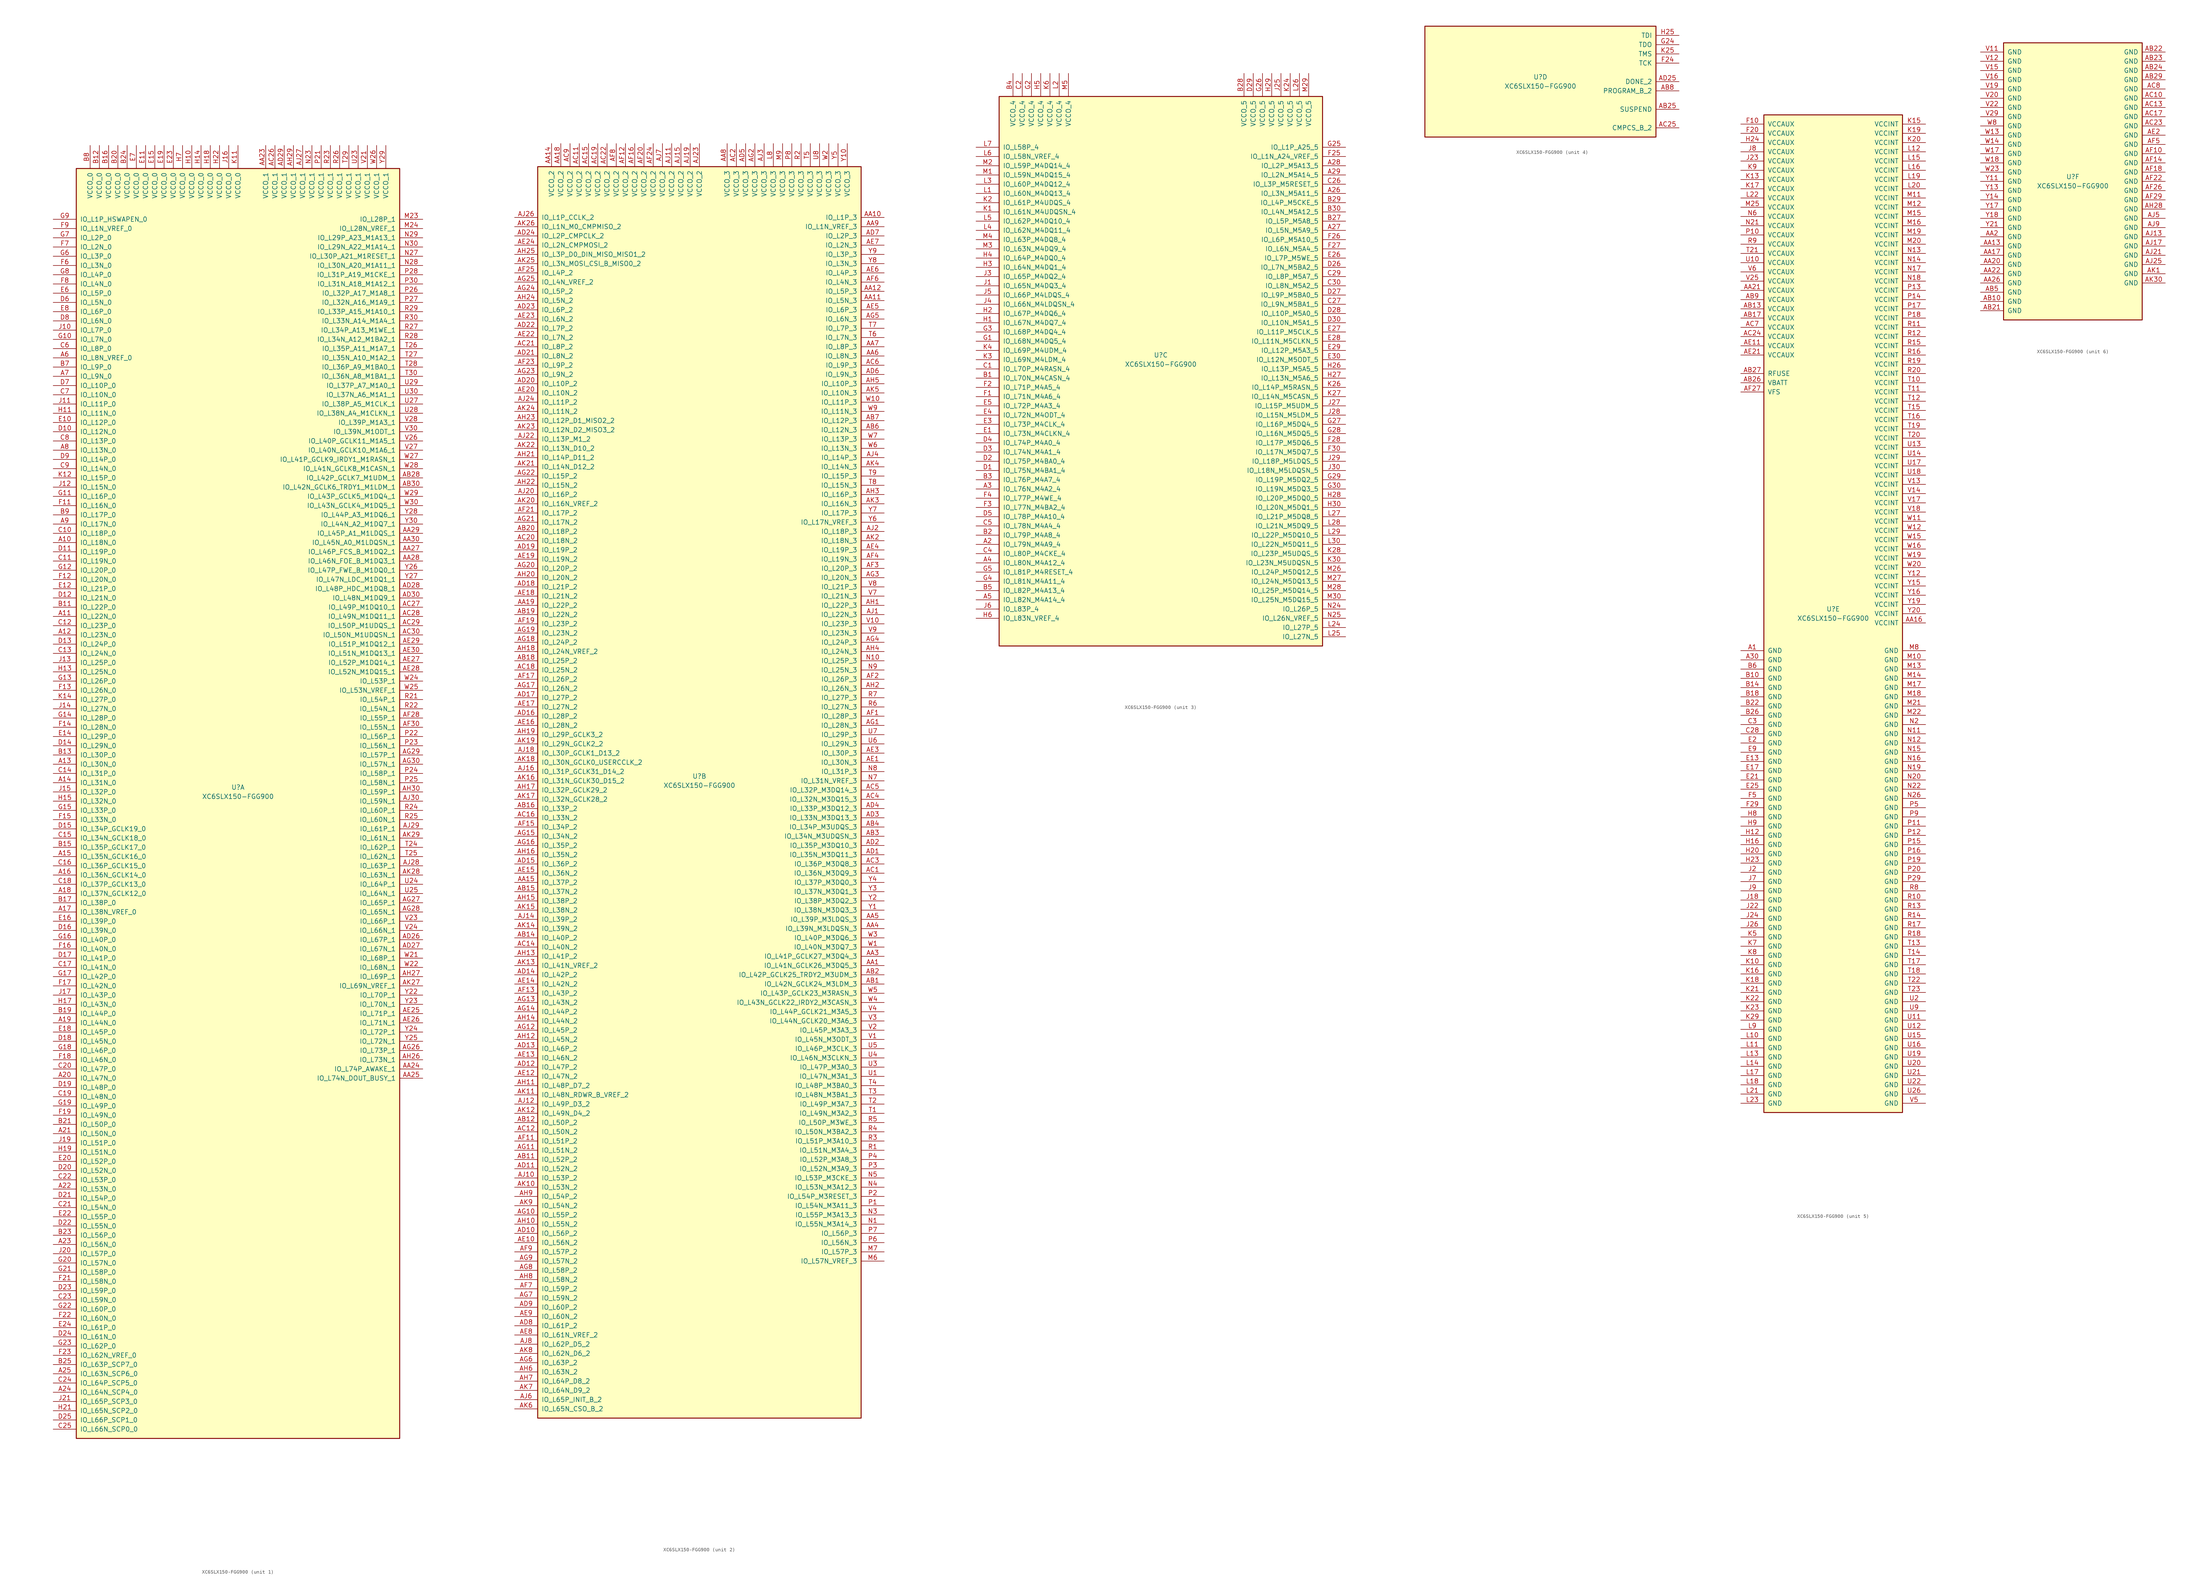
<source format=kicad_sym>
(kicad_symbol_lib
  (version 20220914)
  (generator kicad_symbol_editor)
  (symbol "XC6SLX150-FGG900"
    (pin_names
      (offset 1.016))
    (property "Reference" "U"
      (at 0 1.27 0)
      (effects (font (size 1.27 1.27))))
    (property "Value" "XC6SLX150-FGG900"
      (at 0 -1.27 0)
      (effects (font (size 1.27 1.27))))
    (property "Datasheet" ""
      (at 0 0 0)
      (effects (font (size 1.27 1.27))))
    (property "ki_locked" ""
      (at 0 0 0)
      (effects (font (size 1.27 1.27))))
    (symbol "XC6SLX150-FGG900_1_1"
      (rectangle (start -44.45 171.45) (end 44.45 -177.8) (stroke (width 0.254) (type default)) (fill (type background)))
      (pin bidirectional line (at -50.8 68.58 0) (length 6.35) (name "IO_L18N_0" (effects (font (size 1.27 1.27)))) (number "A10" (effects (font (size 1.27 1.27)))))
      (pin bidirectional line (at -50.8 48.26 0) (length 6.35) (name "IO_L22N_0" (effects (font (size 1.27 1.27)))) (number "A11" (effects (font (size 1.27 1.27)))))
      (pin bidirectional line (at -50.8 43.18 0) (length 6.35) (name "IO_L23N_0" (effects (font (size 1.27 1.27)))) (number "A12" (effects (font (size 1.27 1.27)))))
      (pin bidirectional line (at -50.8 7.62 0) (length 6.35) (name "IO_L30N_0" (effects (font (size 1.27 1.27)))) (number "A13" (effects (font (size 1.27 1.27)))))
      (pin bidirectional line (at -50.8 2.54 0) (length 6.35) (name "IO_L31N_0" (effects (font (size 1.27 1.27)))) (number "A14" (effects (font (size 1.27 1.27)))))
      (pin bidirectional line (at -50.8 -17.78 0) (length 6.35) (name "IO_L35N_GCLK16_0" (effects (font (size 1.27 1.27)))) (number "A15" (effects (font (size 1.27 1.27)))))
      (pin bidirectional line (at -50.8 -22.86 0) (length 6.35) (name "IO_L36N_GCLK14_0" (effects (font (size 1.27 1.27)))) (number "A16" (effects (font (size 1.27 1.27)))))
      (pin bidirectional line (at -50.8 -33.02 0) (length 6.35) (name "IO_L38N_VREF_0" (effects (font (size 1.27 1.27)))) (number "A17" (effects (font (size 1.27 1.27)))))
      (pin bidirectional line (at -50.8 -27.94 0) (length 6.35) (name "IO_L37N_GCLK12_0" (effects (font (size 1.27 1.27)))) (number "A18" (effects (font (size 1.27 1.27)))))
      (pin bidirectional line (at -50.8 -63.5 0) (length 6.35) (name "IO_L44N_0" (effects (font (size 1.27 1.27)))) (number "A19" (effects (font (size 1.27 1.27)))))
      (pin bidirectional line (at -50.8 -78.74 0) (length 6.35) (name "IO_L47N_0" (effects (font (size 1.27 1.27)))) (number "A20" (effects (font (size 1.27 1.27)))))
      (pin bidirectional line (at -50.8 -93.98 0) (length 6.35) (name "IO_L50N_0" (effects (font (size 1.27 1.27)))) (number "A21" (effects (font (size 1.27 1.27)))))
      (pin bidirectional line (at -50.8 -109.22 0) (length 6.35) (name "IO_L53N_0" (effects (font (size 1.27 1.27)))) (number "A22" (effects (font (size 1.27 1.27)))))
      (pin bidirectional line (at -50.8 -124.46 0) (length 6.35) (name "IO_L56N_0" (effects (font (size 1.27 1.27)))) (number "A23" (effects (font (size 1.27 1.27)))))
      (pin bidirectional line (at -50.8 -165.1 0) (length 6.35) (name "IO_L64N_SCP4_0" (effects (font (size 1.27 1.27)))) (number "A24" (effects (font (size 1.27 1.27)))))
      (pin bidirectional line (at -50.8 -160.02 0) (length 6.35) (name "IO_L63N_SCP6_0" (effects (font (size 1.27 1.27)))) (number "A25" (effects (font (size 1.27 1.27)))))
      (pin bidirectional line (at -50.8 119.38 0) (length 6.35) (name "IO_L8N_VREF_0" (effects (font (size 1.27 1.27)))) (number "A6" (effects (font (size 1.27 1.27)))))
      (pin bidirectional line (at -50.8 114.3 0) (length 6.35) (name "IO_L9N_0" (effects (font (size 1.27 1.27)))) (number "A7" (effects (font (size 1.27 1.27)))))
      (pin bidirectional line (at -50.8 93.98 0) (length 6.35) (name "IO_L13N_0" (effects (font (size 1.27 1.27)))) (number "A8" (effects (font (size 1.27 1.27)))))
      (pin bidirectional line (at -50.8 73.66 0) (length 6.35) (name "IO_L17N_0" (effects (font (size 1.27 1.27)))) (number "A9" (effects (font (size 1.27 1.27)))))
      (pin power_in line (at 7.62 177.8 270) (length 6.35) (name "VCCO_1" (effects (font (size 1.27 1.27)))) (number "AA23" (effects (font (size 1.27 1.27)))))
      (pin bidirectional line (at 50.8 -76.2 180) (length 6.35) (name "IO_L74P_AWAKE_1" (effects (font (size 1.27 1.27)))) (number "AA24" (effects (font (size 1.27 1.27)))))
      (pin bidirectional line (at 50.8 -78.74 180) (length 6.35) (name "IO_L74N_DOUT_BUSY_1" (effects (font (size 1.27 1.27)))) (number "AA25" (effects (font (size 1.27 1.27)))))
      (pin bidirectional line (at 50.8 66.04 180) (length 6.35) (name "IO_L46P_FCS_B_M1DQ2_1" (effects (font (size 1.27 1.27)))) (number "AA27" (effects (font (size 1.27 1.27)))))
      (pin bidirectional line (at 50.8 63.5 180) (length 6.35) (name "IO_L46N_FOE_B_M1DQ3_1" (effects (font (size 1.27 1.27)))) (number "AA28" (effects (font (size 1.27 1.27)))))
      (pin bidirectional line (at 50.8 71.12 180) (length 6.35) (name "IO_L45P_A1_M1LDQS_1" (effects (font (size 1.27 1.27)))) (number "AA29" (effects (font (size 1.27 1.27)))))
      (pin bidirectional line (at 50.8 68.58 180) (length 6.35) (name "IO_L45N_A0_M1LDQSN_1" (effects (font (size 1.27 1.27)))) (number "AA30" (effects (font (size 1.27 1.27)))))
      (pin bidirectional line (at 50.8 86.36 180) (length 6.35) (name "IO_L42P_GCLK7_M1UDM_1" (effects (font (size 1.27 1.27)))) (number "AB28" (effects (font (size 1.27 1.27)))))
      (pin bidirectional line (at 50.8 83.82 180) (length 6.35) (name "IO_L42N_GCLK6_TRDY1_M1LDM_1" (effects (font (size 1.27 1.27)))) (number "AB30" (effects (font (size 1.27 1.27)))))
      (pin power_in line (at 10.16 177.8 270) (length 6.35) (name "VCCO_1" (effects (font (size 1.27 1.27)))) (number "AC26" (effects (font (size 1.27 1.27)))))
      (pin bidirectional line (at 50.8 50.8 180) (length 6.35) (name "IO_L49P_M1DQ10_1" (effects (font (size 1.27 1.27)))) (number "AC27" (effects (font (size 1.27 1.27)))))
      (pin bidirectional line (at 50.8 48.26 180) (length 6.35) (name "IO_L49N_M1DQ11_1" (effects (font (size 1.27 1.27)))) (number "AC28" (effects (font (size 1.27 1.27)))))
      (pin bidirectional line (at 50.8 45.72 180) (length 6.35) (name "IO_L50P_M1UDQS_1" (effects (font (size 1.27 1.27)))) (number "AC29" (effects (font (size 1.27 1.27)))))
      (pin bidirectional line (at 50.8 43.18 180) (length 6.35) (name "IO_L50N_M1UDQSN_1" (effects (font (size 1.27 1.27)))) (number "AC30" (effects (font (size 1.27 1.27)))))
      (pin bidirectional line (at 50.8 -40.64 180) (length 6.35) (name "IO_L67P_1" (effects (font (size 1.27 1.27)))) (number "AD26" (effects (font (size 1.27 1.27)))))
      (pin bidirectional line (at 50.8 -43.18 180) (length 6.35) (name "IO_L67N_1" (effects (font (size 1.27 1.27)))) (number "AD27" (effects (font (size 1.27 1.27)))))
      (pin bidirectional line (at 50.8 55.88 180) (length 6.35) (name "IO_L48P_HDC_M1DQ8_1" (effects (font (size 1.27 1.27)))) (number "AD28" (effects (font (size 1.27 1.27)))))
      (pin power_in line (at 12.7 177.8 270) (length 6.35) (name "VCCO_1" (effects (font (size 1.27 1.27)))) (number "AD29" (effects (font (size 1.27 1.27)))))
      (pin bidirectional line (at 50.8 53.34 180) (length 6.35) (name "IO_L48N_M1DQ9_1" (effects (font (size 1.27 1.27)))) (number "AD30" (effects (font (size 1.27 1.27)))))
      (pin bidirectional line (at 50.8 -60.96 180) (length 6.35) (name "IO_L71P_1" (effects (font (size 1.27 1.27)))) (number "AE25" (effects (font (size 1.27 1.27)))))
      (pin bidirectional line (at 50.8 -63.5 180) (length 6.35) (name "IO_L71N_1" (effects (font (size 1.27 1.27)))) (number "AE26" (effects (font (size 1.27 1.27)))))
      (pin bidirectional line (at 50.8 35.56 180) (length 6.35) (name "IO_L52P_M1DQ14_1" (effects (font (size 1.27 1.27)))) (number "AE27" (effects (font (size 1.27 1.27)))))
      (pin bidirectional line (at 50.8 33.02 180) (length 6.35) (name "IO_L52N_M1DQ15_1" (effects (font (size 1.27 1.27)))) (number "AE28" (effects (font (size 1.27 1.27)))))
      (pin bidirectional line (at 50.8 40.64 180) (length 6.35) (name "IO_L51P_M1DQ12_1" (effects (font (size 1.27 1.27)))) (number "AE29" (effects (font (size 1.27 1.27)))))
      (pin bidirectional line (at 50.8 38.1 180) (length 6.35) (name "IO_L51N_M1DQ13_1" (effects (font (size 1.27 1.27)))) (number "AE30" (effects (font (size 1.27 1.27)))))
      (pin bidirectional line (at 50.8 20.32 180) (length 6.35) (name "IO_L55P_1" (effects (font (size 1.27 1.27)))) (number "AF28" (effects (font (size 1.27 1.27)))))
      (pin bidirectional line (at 50.8 17.78 180) (length 6.35) (name "IO_L55N_1" (effects (font (size 1.27 1.27)))) (number "AF30" (effects (font (size 1.27 1.27)))))
      (pin bidirectional line (at 50.8 -71.12 180) (length 6.35) (name "IO_L73P_1" (effects (font (size 1.27 1.27)))) (number "AG26" (effects (font (size 1.27 1.27)))))
      (pin bidirectional line (at 50.8 -30.48 180) (length 6.35) (name "IO_L65P_1" (effects (font (size 1.27 1.27)))) (number "AG27" (effects (font (size 1.27 1.27)))))
      (pin bidirectional line (at 50.8 -33.02 180) (length 6.35) (name "IO_L65N_1" (effects (font (size 1.27 1.27)))) (number "AG28" (effects (font (size 1.27 1.27)))))
      (pin bidirectional line (at 50.8 10.16 180) (length 6.35) (name "IO_L57P_1" (effects (font (size 1.27 1.27)))) (number "AG29" (effects (font (size 1.27 1.27)))))
      (pin bidirectional line (at 50.8 7.62 180) (length 6.35) (name "IO_L57N_1" (effects (font (size 1.27 1.27)))) (number "AG30" (effects (font (size 1.27 1.27)))))
      (pin bidirectional line (at 50.8 -73.66 180) (length 6.35) (name "IO_L73N_1" (effects (font (size 1.27 1.27)))) (number "AH26" (effects (font (size 1.27 1.27)))))
      (pin bidirectional line (at 50.8 -50.8 180) (length 6.35) (name "IO_L69P_1" (effects (font (size 1.27 1.27)))) (number "AH27" (effects (font (size 1.27 1.27)))))
      (pin power_in line (at 15.24 177.8 270) (length 6.35) (name "VCCO_1" (effects (font (size 1.27 1.27)))) (number "AH29" (effects (font (size 1.27 1.27)))))
      (pin bidirectional line (at 50.8 0 180) (length 6.35) (name "IO_L59P_1" (effects (font (size 1.27 1.27)))) (number "AH30" (effects (font (size 1.27 1.27)))))
      (pin power_in line (at 17.78 177.8 270) (length 6.35) (name "VCCO_1" (effects (font (size 1.27 1.27)))) (number "AJ27" (effects (font (size 1.27 1.27)))))
      (pin bidirectional line (at 50.8 -20.32 180) (length 6.35) (name "IO_L63P_1" (effects (font (size 1.27 1.27)))) (number "AJ28" (effects (font (size 1.27 1.27)))))
      (pin bidirectional line (at 50.8 -10.16 180) (length 6.35) (name "IO_L61P_1" (effects (font (size 1.27 1.27)))) (number "AJ29" (effects (font (size 1.27 1.27)))))
      (pin bidirectional line (at 50.8 -2.54 180) (length 6.35) (name "IO_L59N_1" (effects (font (size 1.27 1.27)))) (number "AJ30" (effects (font (size 1.27 1.27)))))
      (pin bidirectional line (at 50.8 -53.34 180) (length 6.35) (name "IO_L69N_VREF_1" (effects (font (size 1.27 1.27)))) (number "AK27" (effects (font (size 1.27 1.27)))))
      (pin bidirectional line (at 50.8 -22.86 180) (length 6.35) (name "IO_L63N_1" (effects (font (size 1.27 1.27)))) (number "AK28" (effects (font (size 1.27 1.27)))))
      (pin bidirectional line (at 50.8 -12.7 180) (length 6.35) (name "IO_L61N_1" (effects (font (size 1.27 1.27)))) (number "AK29" (effects (font (size 1.27 1.27)))))
      (pin bidirectional line (at -50.8 50.8 0) (length 6.35) (name "IO_L22P_0" (effects (font (size 1.27 1.27)))) (number "B11" (effects (font (size 1.27 1.27)))))
      (pin power_in line (at -38.1 177.8 270) (length 6.35) (name "VCCO_0" (effects (font (size 1.27 1.27)))) (number "B12" (effects (font (size 1.27 1.27)))))
      (pin bidirectional line (at -50.8 10.16 0) (length 6.35) (name "IO_L30P_0" (effects (font (size 1.27 1.27)))) (number "B13" (effects (font (size 1.27 1.27)))))
      (pin bidirectional line (at -50.8 -15.24 0) (length 6.35) (name "IO_L35P_GCLK17_0" (effects (font (size 1.27 1.27)))) (number "B15" (effects (font (size 1.27 1.27)))))
      (pin power_in line (at -35.56 177.8 270) (length 6.35) (name "VCCO_0" (effects (font (size 1.27 1.27)))) (number "B16" (effects (font (size 1.27 1.27)))))
      (pin bidirectional line (at -50.8 -30.48 0) (length 6.35) (name "IO_L38P_0" (effects (font (size 1.27 1.27)))) (number "B17" (effects (font (size 1.27 1.27)))))
      (pin bidirectional line (at -50.8 -60.96 0) (length 6.35) (name "IO_L44P_0" (effects (font (size 1.27 1.27)))) (number "B19" (effects (font (size 1.27 1.27)))))
      (pin power_in line (at -33.02 177.8 270) (length 6.35) (name "VCCO_0" (effects (font (size 1.27 1.27)))) (number "B20" (effects (font (size 1.27 1.27)))))
      (pin bidirectional line (at -50.8 -91.44 0) (length 6.35) (name "IO_L50P_0" (effects (font (size 1.27 1.27)))) (number "B21" (effects (font (size 1.27 1.27)))))
      (pin bidirectional line (at -50.8 -121.92 0) (length 6.35) (name "IO_L56P_0" (effects (font (size 1.27 1.27)))) (number "B23" (effects (font (size 1.27 1.27)))))
      (pin power_in line (at -30.48 177.8 270) (length 6.35) (name "VCCO_0" (effects (font (size 1.27 1.27)))) (number "B24" (effects (font (size 1.27 1.27)))))
      (pin bidirectional line (at -50.8 -157.48 0) (length 6.35) (name "IO_L63P_SCP7_0" (effects (font (size 1.27 1.27)))) (number "B25" (effects (font (size 1.27 1.27)))))
      (pin bidirectional line (at -50.8 116.84 0) (length 6.35) (name "IO_L9P_0" (effects (font (size 1.27 1.27)))) (number "B7" (effects (font (size 1.27 1.27)))))
      (pin power_in line (at -40.64 177.8 270) (length 6.35) (name "VCCO_0" (effects (font (size 1.27 1.27)))) (number "B8" (effects (font (size 1.27 1.27)))))
      (pin bidirectional line (at -50.8 76.2 0) (length 6.35) (name "IO_L17P_0" (effects (font (size 1.27 1.27)))) (number "B9" (effects (font (size 1.27 1.27)))))
      (pin bidirectional line (at -50.8 71.12 0) (length 6.35) (name "IO_L18P_0" (effects (font (size 1.27 1.27)))) (number "C10" (effects (font (size 1.27 1.27)))))
      (pin bidirectional line (at -50.8 63.5 0) (length 6.35) (name "IO_L19N_0" (effects (font (size 1.27 1.27)))) (number "C11" (effects (font (size 1.27 1.27)))))
      (pin bidirectional line (at -50.8 45.72 0) (length 6.35) (name "IO_L23P_0" (effects (font (size 1.27 1.27)))) (number "C12" (effects (font (size 1.27 1.27)))))
      (pin bidirectional line (at -50.8 38.1 0) (length 6.35) (name "IO_L24N_0" (effects (font (size 1.27 1.27)))) (number "C13" (effects (font (size 1.27 1.27)))))
      (pin bidirectional line (at -50.8 5.08 0) (length 6.35) (name "IO_L31P_0" (effects (font (size 1.27 1.27)))) (number "C14" (effects (font (size 1.27 1.27)))))
      (pin bidirectional line (at -50.8 -12.7 0) (length 6.35) (name "IO_L34N_GCLK18_0" (effects (font (size 1.27 1.27)))) (number "C15" (effects (font (size 1.27 1.27)))))
      (pin bidirectional line (at -50.8 -20.32 0) (length 6.35) (name "IO_L36P_GCLK15_0" (effects (font (size 1.27 1.27)))) (number "C16" (effects (font (size 1.27 1.27)))))
      (pin bidirectional line (at -50.8 -48.26 0) (length 6.35) (name "IO_L41N_0" (effects (font (size 1.27 1.27)))) (number "C17" (effects (font (size 1.27 1.27)))))
      (pin bidirectional line (at -50.8 -25.4 0) (length 6.35) (name "IO_L37P_GCLK13_0" (effects (font (size 1.27 1.27)))) (number "C18" (effects (font (size 1.27 1.27)))))
      (pin bidirectional line (at -50.8 -83.82 0) (length 6.35) (name "IO_L48N_0" (effects (font (size 1.27 1.27)))) (number "C19" (effects (font (size 1.27 1.27)))))
      (pin bidirectional line (at -50.8 -76.2 0) (length 6.35) (name "IO_L47P_0" (effects (font (size 1.27 1.27)))) (number "C20" (effects (font (size 1.27 1.27)))))
      (pin bidirectional line (at -50.8 -114.3 0) (length 6.35) (name "IO_L54N_0" (effects (font (size 1.27 1.27)))) (number "C21" (effects (font (size 1.27 1.27)))))
      (pin bidirectional line (at -50.8 -106.68 0) (length 6.35) (name "IO_L53P_0" (effects (font (size 1.27 1.27)))) (number "C22" (effects (font (size 1.27 1.27)))))
      (pin bidirectional line (at -50.8 -139.7 0) (length 6.35) (name "IO_L59N_0" (effects (font (size 1.27 1.27)))) (number "C23" (effects (font (size 1.27 1.27)))))
      (pin bidirectional line (at -50.8 -162.56 0) (length 6.35) (name "IO_L64P_SCP5_0" (effects (font (size 1.27 1.27)))) (number "C24" (effects (font (size 1.27 1.27)))))
      (pin bidirectional line (at -50.8 -175.26 0) (length 6.35) (name "IO_L66N_SCP0_0" (effects (font (size 1.27 1.27)))) (number "C25" (effects (font (size 1.27 1.27)))))
      (pin bidirectional line (at -50.8 121.92 0) (length 6.35) (name "IO_L8P_0" (effects (font (size 1.27 1.27)))) (number "C6" (effects (font (size 1.27 1.27)))))
      (pin bidirectional line (at -50.8 109.22 0) (length 6.35) (name "IO_L10N_0" (effects (font (size 1.27 1.27)))) (number "C7" (effects (font (size 1.27 1.27)))))
      (pin bidirectional line (at -50.8 96.52 0) (length 6.35) (name "IO_L13P_0" (effects (font (size 1.27 1.27)))) (number "C8" (effects (font (size 1.27 1.27)))))
      (pin bidirectional line (at -50.8 88.9 0) (length 6.35) (name "IO_L14N_0" (effects (font (size 1.27 1.27)))) (number "C9" (effects (font (size 1.27 1.27)))))
      (pin bidirectional line (at -50.8 99.06 0) (length 6.35) (name "IO_L12N_0" (effects (font (size 1.27 1.27)))) (number "D10" (effects (font (size 1.27 1.27)))))
      (pin bidirectional line (at -50.8 66.04 0) (length 6.35) (name "IO_L19P_0" (effects (font (size 1.27 1.27)))) (number "D11" (effects (font (size 1.27 1.27)))))
      (pin bidirectional line (at -50.8 53.34 0) (length 6.35) (name "IO_L21N_0" (effects (font (size 1.27 1.27)))) (number "D12" (effects (font (size 1.27 1.27)))))
      (pin bidirectional line (at -50.8 40.64 0) (length 6.35) (name "IO_L24P_0" (effects (font (size 1.27 1.27)))) (number "D13" (effects (font (size 1.27 1.27)))))
      (pin bidirectional line (at -50.8 12.7 0) (length 6.35) (name "IO_L29N_0" (effects (font (size 1.27 1.27)))) (number "D14" (effects (font (size 1.27 1.27)))))
      (pin bidirectional line (at -50.8 -10.16 0) (length 6.35) (name "IO_L34P_GCLK19_0" (effects (font (size 1.27 1.27)))) (number "D15" (effects (font (size 1.27 1.27)))))
      (pin bidirectional line (at -50.8 -38.1 0) (length 6.35) (name "IO_L39N_0" (effects (font (size 1.27 1.27)))) (number "D16" (effects (font (size 1.27 1.27)))))
      (pin bidirectional line (at -50.8 -45.72 0) (length 6.35) (name "IO_L41P_0" (effects (font (size 1.27 1.27)))) (number "D17" (effects (font (size 1.27 1.27)))))
      (pin bidirectional line (at -50.8 -68.58 0) (length 6.35) (name "IO_L45N_0" (effects (font (size 1.27 1.27)))) (number "D18" (effects (font (size 1.27 1.27)))))
      (pin bidirectional line (at -50.8 -81.28 0) (length 6.35) (name "IO_L48P_0" (effects (font (size 1.27 1.27)))) (number "D19" (effects (font (size 1.27 1.27)))))
      (pin bidirectional line (at -50.8 -104.14 0) (length 6.35) (name "IO_L52N_0" (effects (font (size 1.27 1.27)))) (number "D20" (effects (font (size 1.27 1.27)))))
      (pin bidirectional line (at -50.8 -111.76 0) (length 6.35) (name "IO_L54P_0" (effects (font (size 1.27 1.27)))) (number "D21" (effects (font (size 1.27 1.27)))))
      (pin bidirectional line (at -50.8 -119.38 0) (length 6.35) (name "IO_L55N_0" (effects (font (size 1.27 1.27)))) (number "D22" (effects (font (size 1.27 1.27)))))
      (pin bidirectional line (at -50.8 -137.16 0) (length 6.35) (name "IO_L59P_0" (effects (font (size 1.27 1.27)))) (number "D23" (effects (font (size 1.27 1.27)))))
      (pin bidirectional line (at -50.8 -149.86 0) (length 6.35) (name "IO_L61N_0" (effects (font (size 1.27 1.27)))) (number "D24" (effects (font (size 1.27 1.27)))))
      (pin bidirectional line (at -50.8 -172.72 0) (length 6.35) (name "IO_L66P_SCP1_0" (effects (font (size 1.27 1.27)))) (number "D25" (effects (font (size 1.27 1.27)))))
      (pin bidirectional line (at -50.8 134.62 0) (length 6.35) (name "IO_L5N_0" (effects (font (size 1.27 1.27)))) (number "D6" (effects (font (size 1.27 1.27)))))
      (pin bidirectional line (at -50.8 111.76 0) (length 6.35) (name "IO_L10P_0" (effects (font (size 1.27 1.27)))) (number "D7" (effects (font (size 1.27 1.27)))))
      (pin bidirectional line (at -50.8 129.54 0) (length 6.35) (name "IO_L6N_0" (effects (font (size 1.27 1.27)))) (number "D8" (effects (font (size 1.27 1.27)))))
      (pin bidirectional line (at -50.8 91.44 0) (length 6.35) (name "IO_L14P_0" (effects (font (size 1.27 1.27)))) (number "D9" (effects (font (size 1.27 1.27)))))
      (pin bidirectional line (at -50.8 101.6 0) (length 6.35) (name "IO_L12P_0" (effects (font (size 1.27 1.27)))) (number "E10" (effects (font (size 1.27 1.27)))))
      (pin power_in line (at -25.4 177.8 270) (length 6.35) (name "VCCO_0" (effects (font (size 1.27 1.27)))) (number "E11" (effects (font (size 1.27 1.27)))))
      (pin bidirectional line (at -50.8 55.88 0) (length 6.35) (name "IO_L21P_0" (effects (font (size 1.27 1.27)))) (number "E12" (effects (font (size 1.27 1.27)))))
      (pin bidirectional line (at -50.8 15.24 0) (length 6.35) (name "IO_L29P_0" (effects (font (size 1.27 1.27)))) (number "E14" (effects (font (size 1.27 1.27)))))
      (pin power_in line (at -22.86 177.8 270) (length 6.35) (name "VCCO_0" (effects (font (size 1.27 1.27)))) (number "E15" (effects (font (size 1.27 1.27)))))
      (pin bidirectional line (at -50.8 -35.56 0) (length 6.35) (name "IO_L39P_0" (effects (font (size 1.27 1.27)))) (number "E16" (effects (font (size 1.27 1.27)))))
      (pin bidirectional line (at -50.8 -66.04 0) (length 6.35) (name "IO_L45P_0" (effects (font (size 1.27 1.27)))) (number "E18" (effects (font (size 1.27 1.27)))))
      (pin power_in line (at -20.32 177.8 270) (length 6.35) (name "VCCO_0" (effects (font (size 1.27 1.27)))) (number "E19" (effects (font (size 1.27 1.27)))))
      (pin bidirectional line (at -50.8 -101.6 0) (length 6.35) (name "IO_L52P_0" (effects (font (size 1.27 1.27)))) (number "E20" (effects (font (size 1.27 1.27)))))
      (pin bidirectional line (at -50.8 -116.84 0) (length 6.35) (name "IO_L55P_0" (effects (font (size 1.27 1.27)))) (number "E22" (effects (font (size 1.27 1.27)))))
      (pin power_in line (at -17.78 177.8 270) (length 6.35) (name "VCCO_0" (effects (font (size 1.27 1.27)))) (number "E23" (effects (font (size 1.27 1.27)))))
      (pin bidirectional line (at -50.8 -147.32 0) (length 6.35) (name "IO_L61P_0" (effects (font (size 1.27 1.27)))) (number "E24" (effects (font (size 1.27 1.27)))))
      (pin bidirectional line (at -50.8 137.16 0) (length 6.35) (name "IO_L5P_0" (effects (font (size 1.27 1.27)))) (number "E6" (effects (font (size 1.27 1.27)))))
      (pin power_in line (at -27.94 177.8 270) (length 6.35) (name "VCCO_0" (effects (font (size 1.27 1.27)))) (number "E7" (effects (font (size 1.27 1.27)))))
      (pin bidirectional line (at -50.8 132.08 0) (length 6.35) (name "IO_L6P_0" (effects (font (size 1.27 1.27)))) (number "E8" (effects (font (size 1.27 1.27)))))
      (pin bidirectional line (at -50.8 78.74 0) (length 6.35) (name "IO_L16N_0" (effects (font (size 1.27 1.27)))) (number "F11" (effects (font (size 1.27 1.27)))))
      (pin bidirectional line (at -50.8 58.42 0) (length 6.35) (name "IO_L20N_0" (effects (font (size 1.27 1.27)))) (number "F12" (effects (font (size 1.27 1.27)))))
      (pin bidirectional line (at -50.8 27.94 0) (length 6.35) (name "IO_L26N_0" (effects (font (size 1.27 1.27)))) (number "F13" (effects (font (size 1.27 1.27)))))
      (pin bidirectional line (at -50.8 17.78 0) (length 6.35) (name "IO_L28N_0" (effects (font (size 1.27 1.27)))) (number "F14" (effects (font (size 1.27 1.27)))))
      (pin bidirectional line (at -50.8 -7.62 0) (length 6.35) (name "IO_L33N_0" (effects (font (size 1.27 1.27)))) (number "F15" (effects (font (size 1.27 1.27)))))
      (pin bidirectional line (at -50.8 -43.18 0) (length 6.35) (name "IO_L40N_0" (effects (font (size 1.27 1.27)))) (number "F16" (effects (font (size 1.27 1.27)))))
      (pin bidirectional line (at -50.8 -53.34 0) (length 6.35) (name "IO_L42N_0" (effects (font (size 1.27 1.27)))) (number "F17" (effects (font (size 1.27 1.27)))))
      (pin bidirectional line (at -50.8 -73.66 0) (length 6.35) (name "IO_L46N_0" (effects (font (size 1.27 1.27)))) (number "F18" (effects (font (size 1.27 1.27)))))
      (pin bidirectional line (at -50.8 -88.9 0) (length 6.35) (name "IO_L49N_0" (effects (font (size 1.27 1.27)))) (number "F19" (effects (font (size 1.27 1.27)))))
      (pin bidirectional line (at -50.8 -134.62 0) (length 6.35) (name "IO_L58N_0" (effects (font (size 1.27 1.27)))) (number "F21" (effects (font (size 1.27 1.27)))))
      (pin bidirectional line (at -50.8 -144.78 0) (length 6.35) (name "IO_L60N_0" (effects (font (size 1.27 1.27)))) (number "F22" (effects (font (size 1.27 1.27)))))
      (pin bidirectional line (at -50.8 -154.94 0) (length 6.35) (name "IO_L62N_VREF_0" (effects (font (size 1.27 1.27)))) (number "F23" (effects (font (size 1.27 1.27)))))
      (pin bidirectional line (at -50.8 144.78 0) (length 6.35) (name "IO_L3N_0" (effects (font (size 1.27 1.27)))) (number "F6" (effects (font (size 1.27 1.27)))))
      (pin bidirectional line (at -50.8 149.86 0) (length 6.35) (name "IO_L2N_0" (effects (font (size 1.27 1.27)))) (number "F7" (effects (font (size 1.27 1.27)))))
      (pin bidirectional line (at -50.8 139.7 0) (length 6.35) (name "IO_L4N_0" (effects (font (size 1.27 1.27)))) (number "F8" (effects (font (size 1.27 1.27)))))
      (pin bidirectional line (at -50.8 154.94 0) (length 6.35) (name "IO_L1N_VREF_0" (effects (font (size 1.27 1.27)))) (number "F9" (effects (font (size 1.27 1.27)))))
      (pin bidirectional line (at -50.8 124.46 0) (length 6.35) (name "IO_L7N_0" (effects (font (size 1.27 1.27)))) (number "G10" (effects (font (size 1.27 1.27)))))
      (pin bidirectional line (at -50.8 81.28 0) (length 6.35) (name "IO_L16P_0" (effects (font (size 1.27 1.27)))) (number "G11" (effects (font (size 1.27 1.27)))))
      (pin bidirectional line (at -50.8 60.96 0) (length 6.35) (name "IO_L20P_0" (effects (font (size 1.27 1.27)))) (number "G12" (effects (font (size 1.27 1.27)))))
      (pin bidirectional line (at -50.8 30.48 0) (length 6.35) (name "IO_L26P_0" (effects (font (size 1.27 1.27)))) (number "G13" (effects (font (size 1.27 1.27)))))
      (pin bidirectional line (at -50.8 20.32 0) (length 6.35) (name "IO_L28P_0" (effects (font (size 1.27 1.27)))) (number "G14" (effects (font (size 1.27 1.27)))))
      (pin bidirectional line (at -50.8 -5.08 0) (length 6.35) (name "IO_L33P_0" (effects (font (size 1.27 1.27)))) (number "G15" (effects (font (size 1.27 1.27)))))
      (pin bidirectional line (at -50.8 -40.64 0) (length 6.35) (name "IO_L40P_0" (effects (font (size 1.27 1.27)))) (number "G16" (effects (font (size 1.27 1.27)))))
      (pin bidirectional line (at -50.8 -50.8 0) (length 6.35) (name "IO_L42P_0" (effects (font (size 1.27 1.27)))) (number "G17" (effects (font (size 1.27 1.27)))))
      (pin bidirectional line (at -50.8 -71.12 0) (length 6.35) (name "IO_L46P_0" (effects (font (size 1.27 1.27)))) (number "G18" (effects (font (size 1.27 1.27)))))
      (pin bidirectional line (at -50.8 -86.36 0) (length 6.35) (name "IO_L49P_0" (effects (font (size 1.27 1.27)))) (number "G19" (effects (font (size 1.27 1.27)))))
      (pin bidirectional line (at -50.8 -129.54 0) (length 6.35) (name "IO_L57N_0" (effects (font (size 1.27 1.27)))) (number "G20" (effects (font (size 1.27 1.27)))))
      (pin bidirectional line (at -50.8 -132.08 0) (length 6.35) (name "IO_L58P_0" (effects (font (size 1.27 1.27)))) (number "G21" (effects (font (size 1.27 1.27)))))
      (pin bidirectional line (at -50.8 -142.24 0) (length 6.35) (name "IO_L60P_0" (effects (font (size 1.27 1.27)))) (number "G22" (effects (font (size 1.27 1.27)))))
      (pin bidirectional line (at -50.8 -152.4 0) (length 6.35) (name "IO_L62P_0" (effects (font (size 1.27 1.27)))) (number "G23" (effects (font (size 1.27 1.27)))))
      (pin bidirectional line (at -50.8 147.32 0) (length 6.35) (name "IO_L3P_0" (effects (font (size 1.27 1.27)))) (number "G6" (effects (font (size 1.27 1.27)))))
      (pin bidirectional line (at -50.8 152.4 0) (length 6.35) (name "IO_L2P_0" (effects (font (size 1.27 1.27)))) (number "G7" (effects (font (size 1.27 1.27)))))
      (pin bidirectional line (at -50.8 142.24 0) (length 6.35) (name "IO_L4P_0" (effects (font (size 1.27 1.27)))) (number "G8" (effects (font (size 1.27 1.27)))))
      (pin bidirectional line (at -50.8 157.48 0) (length 6.35) (name "IO_L1P_HSWAPEN_0" (effects (font (size 1.27 1.27)))) (number "G9" (effects (font (size 1.27 1.27)))))
      (pin power_in line (at -12.7 177.8 270) (length 6.35) (name "VCCO_0" (effects (font (size 1.27 1.27)))) (number "H10" (effects (font (size 1.27 1.27)))))
      (pin bidirectional line (at -50.8 104.14 0) (length 6.35) (name "IO_L11N_0" (effects (font (size 1.27 1.27)))) (number "H11" (effects (font (size 1.27 1.27)))))
      (pin bidirectional line (at -50.8 33.02 0) (length 6.35) (name "IO_L25N_0" (effects (font (size 1.27 1.27)))) (number "H13" (effects (font (size 1.27 1.27)))))
      (pin power_in line (at -10.16 177.8 270) (length 6.35) (name "VCCO_0" (effects (font (size 1.27 1.27)))) (number "H14" (effects (font (size 1.27 1.27)))))
      (pin bidirectional line (at -50.8 -2.54 0) (length 6.35) (name "IO_L32N_0" (effects (font (size 1.27 1.27)))) (number "H15" (effects (font (size 1.27 1.27)))))
      (pin bidirectional line (at -50.8 -58.42 0) (length 6.35) (name "IO_L43N_0" (effects (font (size 1.27 1.27)))) (number "H17" (effects (font (size 1.27 1.27)))))
      (pin power_in line (at -7.62 177.8 270) (length 6.35) (name "VCCO_0" (effects (font (size 1.27 1.27)))) (number "H18" (effects (font (size 1.27 1.27)))))
      (pin bidirectional line (at -50.8 -99.06 0) (length 6.35) (name "IO_L51N_0" (effects (font (size 1.27 1.27)))) (number "H19" (effects (font (size 1.27 1.27)))))
      (pin bidirectional line (at -50.8 -170.18 0) (length 6.35) (name "IO_L65N_SCP2_0" (effects (font (size 1.27 1.27)))) (number "H21" (effects (font (size 1.27 1.27)))))
      (pin power_in line (at -5.08 177.8 270) (length 6.35) (name "VCCO_0" (effects (font (size 1.27 1.27)))) (number "H22" (effects (font (size 1.27 1.27)))))
      (pin power_in line (at -15.24 177.8 270) (length 6.35) (name "VCCO_0" (effects (font (size 1.27 1.27)))) (number "H7" (effects (font (size 1.27 1.27)))))
      (pin bidirectional line (at -50.8 127 0) (length 6.35) (name "IO_L7P_0" (effects (font (size 1.27 1.27)))) (number "J10" (effects (font (size 1.27 1.27)))))
      (pin bidirectional line (at -50.8 106.68 0) (length 6.35) (name "IO_L11P_0" (effects (font (size 1.27 1.27)))) (number "J11" (effects (font (size 1.27 1.27)))))
      (pin bidirectional line (at -50.8 83.82 0) (length 6.35) (name "IO_L15N_0" (effects (font (size 1.27 1.27)))) (number "J12" (effects (font (size 1.27 1.27)))))
      (pin bidirectional line (at -50.8 35.56 0) (length 6.35) (name "IO_L25P_0" (effects (font (size 1.27 1.27)))) (number "J13" (effects (font (size 1.27 1.27)))))
      (pin bidirectional line (at -50.8 22.86 0) (length 6.35) (name "IO_L27N_0" (effects (font (size 1.27 1.27)))) (number "J14" (effects (font (size 1.27 1.27)))))
      (pin bidirectional line (at -50.8 0 0) (length 6.35) (name "IO_L32P_0" (effects (font (size 1.27 1.27)))) (number "J15" (effects (font (size 1.27 1.27)))))
      (pin power_in line (at -2.54 177.8 270) (length 6.35) (name "VCCO_0" (effects (font (size 1.27 1.27)))) (number "J16" (effects (font (size 1.27 1.27)))))
      (pin bidirectional line (at -50.8 -55.88 0) (length 6.35) (name "IO_L43P_0" (effects (font (size 1.27 1.27)))) (number "J17" (effects (font (size 1.27 1.27)))))
      (pin bidirectional line (at -50.8 -96.52 0) (length 6.35) (name "IO_L51P_0" (effects (font (size 1.27 1.27)))) (number "J19" (effects (font (size 1.27 1.27)))))
      (pin bidirectional line (at -50.8 -127 0) (length 6.35) (name "IO_L57P_0" (effects (font (size 1.27 1.27)))) (number "J20" (effects (font (size 1.27 1.27)))))
      (pin bidirectional line (at -50.8 -167.64 0) (length 6.35) (name "IO_L65P_SCP3_0" (effects (font (size 1.27 1.27)))) (number "J21" (effects (font (size 1.27 1.27)))))
      (pin power_in line (at 0 177.8 270) (length 6.35) (name "VCCO_0" (effects (font (size 1.27 1.27)))) (number "K11" (effects (font (size 1.27 1.27)))))
      (pin bidirectional line (at -50.8 86.36 0) (length 6.35) (name "IO_L15P_0" (effects (font (size 1.27 1.27)))) (number "K12" (effects (font (size 1.27 1.27)))))
      (pin bidirectional line (at -50.8 25.4 0) (length 6.35) (name "IO_L27P_0" (effects (font (size 1.27 1.27)))) (number "K14" (effects (font (size 1.27 1.27)))))
      (pin bidirectional line (at 50.8 157.48 180) (length 6.35) (name "IO_L28P_1" (effects (font (size 1.27 1.27)))) (number "M23" (effects (font (size 1.27 1.27)))))
      (pin bidirectional line (at 50.8 154.94 180) (length 6.35) (name "IO_L28N_VREF_1" (effects (font (size 1.27 1.27)))) (number "M24" (effects (font (size 1.27 1.27)))))
      (pin power_in line (at 20.32 177.8 270) (length 6.35) (name "VCCO_1" (effects (font (size 1.27 1.27)))) (number "N23" (effects (font (size 1.27 1.27)))))
      (pin bidirectional line (at 50.8 147.32 180) (length 6.35) (name "IO_L30P_A21_M1RESET_1" (effects (font (size 1.27 1.27)))) (number "N27" (effects (font (size 1.27 1.27)))))
      (pin bidirectional line (at 50.8 144.78 180) (length 6.35) (name "IO_L30N_A20_M1A11_1" (effects (font (size 1.27 1.27)))) (number "N28" (effects (font (size 1.27 1.27)))))
      (pin bidirectional line (at 50.8 152.4 180) (length 6.35) (name "IO_L29P_A23_M1A13_1" (effects (font (size 1.27 1.27)))) (number "N29" (effects (font (size 1.27 1.27)))))
      (pin bidirectional line (at 50.8 149.86 180) (length 6.35) (name "IO_L29N_A22_M1A14_1" (effects (font (size 1.27 1.27)))) (number "N30" (effects (font (size 1.27 1.27)))))
      (pin power_in line (at 22.86 177.8 270) (length 6.35) (name "VCCO_1" (effects (font (size 1.27 1.27)))) (number "P21" (effects (font (size 1.27 1.27)))))
      (pin bidirectional line (at 50.8 15.24 180) (length 6.35) (name "IO_L56P_1" (effects (font (size 1.27 1.27)))) (number "P22" (effects (font (size 1.27 1.27)))))
      (pin bidirectional line (at 50.8 12.7 180) (length 6.35) (name "IO_L56N_1" (effects (font (size 1.27 1.27)))) (number "P23" (effects (font (size 1.27 1.27)))))
      (pin bidirectional line (at 50.8 5.08 180) (length 6.35) (name "IO_L58P_1" (effects (font (size 1.27 1.27)))) (number "P24" (effects (font (size 1.27 1.27)))))
      (pin bidirectional line (at 50.8 2.54 180) (length 6.35) (name "IO_L58N_1" (effects (font (size 1.27 1.27)))) (number "P25" (effects (font (size 1.27 1.27)))))
      (pin bidirectional line (at 50.8 137.16 180) (length 6.35) (name "IO_L32P_A17_M1A8_1" (effects (font (size 1.27 1.27)))) (number "P26" (effects (font (size 1.27 1.27)))))
      (pin bidirectional line (at 50.8 134.62 180) (length 6.35) (name "IO_L32N_A16_M1A9_1" (effects (font (size 1.27 1.27)))) (number "P27" (effects (font (size 1.27 1.27)))))
      (pin bidirectional line (at 50.8 142.24 180) (length 6.35) (name "IO_L31P_A19_M1CKE_1" (effects (font (size 1.27 1.27)))) (number "P28" (effects (font (size 1.27 1.27)))))
      (pin bidirectional line (at 50.8 139.7 180) (length 6.35) (name "IO_L31N_A18_M1A12_1" (effects (font (size 1.27 1.27)))) (number "P30" (effects (font (size 1.27 1.27)))))
      (pin bidirectional line (at 50.8 25.4 180) (length 6.35) (name "IO_L54P_1" (effects (font (size 1.27 1.27)))) (number "R21" (effects (font (size 1.27 1.27)))))
      (pin bidirectional line (at 50.8 22.86 180) (length 6.35) (name "IO_L54N_1" (effects (font (size 1.27 1.27)))) (number "R22" (effects (font (size 1.27 1.27)))))
      (pin power_in line (at 25.4 177.8 270) (length 6.35) (name "VCCO_1" (effects (font (size 1.27 1.27)))) (number "R23" (effects (font (size 1.27 1.27)))))
      (pin bidirectional line (at 50.8 -5.08 180) (length 6.35) (name "IO_L60P_1" (effects (font (size 1.27 1.27)))) (number "R24" (effects (font (size 1.27 1.27)))))
      (pin bidirectional line (at 50.8 -7.62 180) (length 6.35) (name "IO_L60N_1" (effects (font (size 1.27 1.27)))) (number "R25" (effects (font (size 1.27 1.27)))))
      (pin power_in line (at 27.94 177.8 270) (length 6.35) (name "VCCO_1" (effects (font (size 1.27 1.27)))) (number "R26" (effects (font (size 1.27 1.27)))))
      (pin bidirectional line (at 50.8 127 180) (length 6.35) (name "IO_L34P_A13_M1WE_1" (effects (font (size 1.27 1.27)))) (number "R27" (effects (font (size 1.27 1.27)))))
      (pin bidirectional line (at 50.8 124.46 180) (length 6.35) (name "IO_L34N_A12_M1BA2_1" (effects (font (size 1.27 1.27)))) (number "R28" (effects (font (size 1.27 1.27)))))
      (pin bidirectional line (at 50.8 132.08 180) (length 6.35) (name "IO_L33P_A15_M1A10_1" (effects (font (size 1.27 1.27)))) (number "R29" (effects (font (size 1.27 1.27)))))
      (pin bidirectional line (at 50.8 129.54 180) (length 6.35) (name "IO_L33N_A14_M1A4_1" (effects (font (size 1.27 1.27)))) (number "R30" (effects (font (size 1.27 1.27)))))
      (pin bidirectional line (at 50.8 -15.24 180) (length 6.35) (name "IO_L62P_1" (effects (font (size 1.27 1.27)))) (number "T24" (effects (font (size 1.27 1.27)))))
      (pin bidirectional line (at 50.8 -17.78 180) (length 6.35) (name "IO_L62N_1" (effects (font (size 1.27 1.27)))) (number "T25" (effects (font (size 1.27 1.27)))))
      (pin bidirectional line (at 50.8 121.92 180) (length 6.35) (name "IO_L35P_A11_M1A7_1" (effects (font (size 1.27 1.27)))) (number "T26" (effects (font (size 1.27 1.27)))))
      (pin bidirectional line (at 50.8 119.38 180) (length 6.35) (name "IO_L35N_A10_M1A2_1" (effects (font (size 1.27 1.27)))) (number "T27" (effects (font (size 1.27 1.27)))))
      (pin bidirectional line (at 50.8 116.84 180) (length 6.35) (name "IO_L36P_A9_M1BA0_1" (effects (font (size 1.27 1.27)))) (number "T28" (effects (font (size 1.27 1.27)))))
      (pin power_in line (at 30.48 177.8 270) (length 6.35) (name "VCCO_1" (effects (font (size 1.27 1.27)))) (number "T29" (effects (font (size 1.27 1.27)))))
      (pin bidirectional line (at 50.8 114.3 180) (length 6.35) (name "IO_L36N_A8_M1BA1_1" (effects (font (size 1.27 1.27)))) (number "T30" (effects (font (size 1.27 1.27)))))
      (pin power_in line (at 33.02 177.8 270) (length 6.35) (name "VCCO_1" (effects (font (size 1.27 1.27)))) (number "U23" (effects (font (size 1.27 1.27)))))
      (pin bidirectional line (at 50.8 -25.4 180) (length 6.35) (name "IO_L64P_1" (effects (font (size 1.27 1.27)))) (number "U24" (effects (font (size 1.27 1.27)))))
      (pin bidirectional line (at 50.8 -27.94 180) (length 6.35) (name "IO_L64N_1" (effects (font (size 1.27 1.27)))) (number "U25" (effects (font (size 1.27 1.27)))))
      (pin bidirectional line (at 50.8 106.68 180) (length 6.35) (name "IO_L38P_A5_M1CLK_1" (effects (font (size 1.27 1.27)))) (number "U27" (effects (font (size 1.27 1.27)))))
      (pin bidirectional line (at 50.8 104.14 180) (length 6.35) (name "IO_L38N_A4_M1CLKN_1" (effects (font (size 1.27 1.27)))) (number "U28" (effects (font (size 1.27 1.27)))))
      (pin bidirectional line (at 50.8 111.76 180) (length 6.35) (name "IO_L37P_A7_M1A0_1" (effects (font (size 1.27 1.27)))) (number "U29" (effects (font (size 1.27 1.27)))))
      (pin bidirectional line (at 50.8 109.22 180) (length 6.35) (name "IO_L37N_A6_M1A1_1" (effects (font (size 1.27 1.27)))) (number "U30" (effects (font (size 1.27 1.27)))))
      (pin power_in line (at 35.56 177.8 270) (length 6.35) (name "VCCO_1" (effects (font (size 1.27 1.27)))) (number "V21" (effects (font (size 1.27 1.27)))))
      (pin bidirectional line (at 50.8 -35.56 180) (length 6.35) (name "IO_L66P_1" (effects (font (size 1.27 1.27)))) (number "V23" (effects (font (size 1.27 1.27)))))
      (pin bidirectional line (at 50.8 -38.1 180) (length 6.35) (name "IO_L66N_1" (effects (font (size 1.27 1.27)))) (number "V24" (effects (font (size 1.27 1.27)))))
      (pin bidirectional line (at 50.8 96.52 180) (length 6.35) (name "IO_L40P_GCLK11_M1A5_1" (effects (font (size 1.27 1.27)))) (number "V26" (effects (font (size 1.27 1.27)))))
      (pin bidirectional line (at 50.8 93.98 180) (length 6.35) (name "IO_L40N_GCLK10_M1A6_1" (effects (font (size 1.27 1.27)))) (number "V27" (effects (font (size 1.27 1.27)))))
      (pin bidirectional line (at 50.8 101.6 180) (length 6.35) (name "IO_L39P_M1A3_1" (effects (font (size 1.27 1.27)))) (number "V28" (effects (font (size 1.27 1.27)))))
      (pin bidirectional line (at 50.8 99.06 180) (length 6.35) (name "IO_L39N_M1ODT_1" (effects (font (size 1.27 1.27)))) (number "V30" (effects (font (size 1.27 1.27)))))
      (pin bidirectional line (at 50.8 -45.72 180) (length 6.35) (name "IO_L68P_1" (effects (font (size 1.27 1.27)))) (number "W21" (effects (font (size 1.27 1.27)))))
      (pin bidirectional line (at 50.8 -48.26 180) (length 6.35) (name "IO_L68N_1" (effects (font (size 1.27 1.27)))) (number "W22" (effects (font (size 1.27 1.27)))))
      (pin bidirectional line (at 50.8 30.48 180) (length 6.35) (name "IO_L53P_1" (effects (font (size 1.27 1.27)))) (number "W24" (effects (font (size 1.27 1.27)))))
      (pin bidirectional line (at 50.8 27.94 180) (length 6.35) (name "IO_L53N_VREF_1" (effects (font (size 1.27 1.27)))) (number "W25" (effects (font (size 1.27 1.27)))))
      (pin power_in line (at 38.1 177.8 270) (length 6.35) (name "VCCO_1" (effects (font (size 1.27 1.27)))) (number "W26" (effects (font (size 1.27 1.27)))))
      (pin bidirectional line (at 50.8 91.44 180) (length 6.35) (name "IO_L41P_GCLK9_IRDY1_M1RASN_1" (effects (font (size 1.27 1.27)))) (number "W27" (effects (font (size 1.27 1.27)))))
      (pin bidirectional line (at 50.8 88.9 180) (length 6.35) (name "IO_L41N_GCLK8_M1CASN_1" (effects (font (size 1.27 1.27)))) (number "W28" (effects (font (size 1.27 1.27)))))
      (pin bidirectional line (at 50.8 81.28 180) (length 6.35) (name "IO_L43P_GCLK5_M1DQ4_1" (effects (font (size 1.27 1.27)))) (number "W29" (effects (font (size 1.27 1.27)))))
      (pin bidirectional line (at 50.8 78.74 180) (length 6.35) (name "IO_L43N_GCLK4_M1DQ5_1" (effects (font (size 1.27 1.27)))) (number "W30" (effects (font (size 1.27 1.27)))))
      (pin bidirectional line (at 50.8 -55.88 180) (length 6.35) (name "IO_L70P_1" (effects (font (size 1.27 1.27)))) (number "Y22" (effects (font (size 1.27 1.27)))))
      (pin bidirectional line (at 50.8 -58.42 180) (length 6.35) (name "IO_L70N_1" (effects (font (size 1.27 1.27)))) (number "Y23" (effects (font (size 1.27 1.27)))))
      (pin bidirectional line (at 50.8 -66.04 180) (length 6.35) (name "IO_L72P_1" (effects (font (size 1.27 1.27)))) (number "Y24" (effects (font (size 1.27 1.27)))))
      (pin bidirectional line (at 50.8 -68.58 180) (length 6.35) (name "IO_L72N_1" (effects (font (size 1.27 1.27)))) (number "Y25" (effects (font (size 1.27 1.27)))))
      (pin bidirectional line (at 50.8 60.96 180) (length 6.35) (name "IO_L47P_FWE_B_M1DQ0_1" (effects (font (size 1.27 1.27)))) (number "Y26" (effects (font (size 1.27 1.27)))))
      (pin bidirectional line (at 50.8 58.42 180) (length 6.35) (name "IO_L47N_LDC_M1DQ1_1" (effects (font (size 1.27 1.27)))) (number "Y27" (effects (font (size 1.27 1.27)))))
      (pin bidirectional line (at 50.8 76.2 180) (length 6.35) (name "IO_L44P_A3_M1DQ6_1" (effects (font (size 1.27 1.27)))) (number "Y28" (effects (font (size 1.27 1.27)))))
      (pin power_in line (at 40.64 177.8 270) (length 6.35) (name "VCCO_1" (effects (font (size 1.27 1.27)))) (number "Y29" (effects (font (size 1.27 1.27)))))
      (pin bidirectional line (at 50.8 73.66 180) (length 6.35) (name "IO_L44N_A2_M1DQ7_1" (effects (font (size 1.27 1.27)))) (number "Y30" (effects (font (size 1.27 1.27))))))
    (symbol "XC6SLX150-FGG900_2_1"
      (rectangle (start -44.45 168.91) (end 44.45 -175.26) (stroke (width 0.254) (type default)) (fill (type background)))
      (pin bidirectional line (at 50.8 -50.8 180) (length 6.35) (name "IO_L41N_GCLK26_M3DQ5_3" (effects (font (size 1.27 1.27)))) (number "AA1" (effects (font (size 1.27 1.27)))))
      (pin bidirectional line (at 50.8 154.94 180) (length 6.35) (name "IO_L1P_3" (effects (font (size 1.27 1.27)))) (number "AA10" (effects (font (size 1.27 1.27)))))
      (pin bidirectional line (at 50.8 132.08 180) (length 6.35) (name "IO_L5N_3" (effects (font (size 1.27 1.27)))) (number "AA11" (effects (font (size 1.27 1.27)))))
      (pin bidirectional line (at 50.8 134.62 180) (length 6.35) (name "IO_L5P_3" (effects (font (size 1.27 1.27)))) (number "AA12" (effects (font (size 1.27 1.27)))))
      (pin power_in line (at -40.64 175.26 270) (length 6.35) (name "VCCO_2" (effects (font (size 1.27 1.27)))) (number "AA14" (effects (font (size 1.27 1.27)))))
      (pin bidirectional line (at -50.8 -27.94 0) (length 6.35) (name "IO_L37P_2" (effects (font (size 1.27 1.27)))) (number "AA15" (effects (font (size 1.27 1.27)))))
      (pin power_in line (at -38.1 175.26 270) (length 6.35) (name "VCCO_2" (effects (font (size 1.27 1.27)))) (number "AA18" (effects (font (size 1.27 1.27)))))
      (pin bidirectional line (at -50.8 48.26 0) (length 6.35) (name "IO_L22P_2" (effects (font (size 1.27 1.27)))) (number "AA19" (effects (font (size 1.27 1.27)))))
      (pin bidirectional line (at 50.8 -48.26 180) (length 6.35) (name "IO_L41P_GCLK27_M3DQ4_3" (effects (font (size 1.27 1.27)))) (number "AA3" (effects (font (size 1.27 1.27)))))
      (pin bidirectional line (at 50.8 -40.64 180) (length 6.35) (name "IO_L39N_M3LDQSN_3" (effects (font (size 1.27 1.27)))) (number "AA4" (effects (font (size 1.27 1.27)))))
      (pin bidirectional line (at 50.8 -38.1 180) (length 6.35) (name "IO_L39P_M3LDQS_3" (effects (font (size 1.27 1.27)))) (number "AA5" (effects (font (size 1.27 1.27)))))
      (pin bidirectional line (at 50.8 116.84 180) (length 6.35) (name "IO_L8N_3" (effects (font (size 1.27 1.27)))) (number "AA6" (effects (font (size 1.27 1.27)))))
      (pin bidirectional line (at 50.8 119.38 180) (length 6.35) (name "IO_L8P_3" (effects (font (size 1.27 1.27)))) (number "AA7" (effects (font (size 1.27 1.27)))))
      (pin power_in line (at 7.62 175.26 270) (length 6.35) (name "VCCO_3" (effects (font (size 1.27 1.27)))) (number "AA8" (effects (font (size 1.27 1.27)))))
      (pin bidirectional line (at 50.8 152.4 180) (length 6.35) (name "IO_L1N_VREF_3" (effects (font (size 1.27 1.27)))) (number "AA9" (effects (font (size 1.27 1.27)))))
      (pin bidirectional line (at 50.8 -55.88 180) (length 6.35) (name "IO_L42N_GCLK24_M3LDM_3" (effects (font (size 1.27 1.27)))) (number "AB1" (effects (font (size 1.27 1.27)))))
      (pin bidirectional line (at -50.8 -104.14 0) (length 6.35) (name "IO_L52P_2" (effects (font (size 1.27 1.27)))) (number "AB11" (effects (font (size 1.27 1.27)))))
      (pin bidirectional line (at -50.8 -93.98 0) (length 6.35) (name "IO_L50P_2" (effects (font (size 1.27 1.27)))) (number "AB12" (effects (font (size 1.27 1.27)))))
      (pin bidirectional line (at -50.8 -43.18 0) (length 6.35) (name "IO_L40P_2" (effects (font (size 1.27 1.27)))) (number "AB14" (effects (font (size 1.27 1.27)))))
      (pin bidirectional line (at -50.8 -30.48 0) (length 6.35) (name "IO_L37N_2" (effects (font (size 1.27 1.27)))) (number "AB15" (effects (font (size 1.27 1.27)))))
      (pin bidirectional line (at -50.8 -7.62 0) (length 6.35) (name "IO_L33P_2" (effects (font (size 1.27 1.27)))) (number "AB16" (effects (font (size 1.27 1.27)))))
      (pin bidirectional line (at -50.8 33.02 0) (length 6.35) (name "IO_L25P_2" (effects (font (size 1.27 1.27)))) (number "AB18" (effects (font (size 1.27 1.27)))))
      (pin bidirectional line (at -50.8 45.72 0) (length 6.35) (name "IO_L22N_2" (effects (font (size 1.27 1.27)))) (number "AB19" (effects (font (size 1.27 1.27)))))
      (pin bidirectional line (at 50.8 -53.34 180) (length 6.35) (name "IO_L42P_GCLK25_TRDY2_M3UDM_3" (effects (font (size 1.27 1.27)))) (number "AB2" (effects (font (size 1.27 1.27)))))
      (pin bidirectional line (at -50.8 68.58 0) (length 6.35) (name "IO_L18P_2" (effects (font (size 1.27 1.27)))) (number "AB20" (effects (font (size 1.27 1.27)))))
      (pin bidirectional line (at 50.8 -15.24 180) (length 6.35) (name "IO_L34N_M3UDQSN_3" (effects (font (size 1.27 1.27)))) (number "AB3" (effects (font (size 1.27 1.27)))))
      (pin bidirectional line (at 50.8 -12.7 180) (length 6.35) (name "IO_L34P_M3UDQS_3" (effects (font (size 1.27 1.27)))) (number "AB4" (effects (font (size 1.27 1.27)))))
      (pin bidirectional line (at 50.8 96.52 180) (length 6.35) (name "IO_L12N_3" (effects (font (size 1.27 1.27)))) (number "AB6" (effects (font (size 1.27 1.27)))))
      (pin bidirectional line (at 50.8 99.06 180) (length 6.35) (name "IO_L12P_3" (effects (font (size 1.27 1.27)))) (number "AB7" (effects (font (size 1.27 1.27)))))
      (pin bidirectional line (at 50.8 -25.4 180) (length 6.35) (name "IO_L36N_M3DQ9_3" (effects (font (size 1.27 1.27)))) (number "AC1" (effects (font (size 1.27 1.27)))))
      (pin power_in line (at -33.02 175.26 270) (length 6.35) (name "VCCO_2" (effects (font (size 1.27 1.27)))) (number "AC11" (effects (font (size 1.27 1.27)))))
      (pin bidirectional line (at -50.8 -96.52 0) (length 6.35) (name "IO_L50N_2" (effects (font (size 1.27 1.27)))) (number "AC12" (effects (font (size 1.27 1.27)))))
      (pin bidirectional line (at -50.8 -45.72 0) (length 6.35) (name "IO_L40N_2" (effects (font (size 1.27 1.27)))) (number "AC14" (effects (font (size 1.27 1.27)))))
      (pin power_in line (at -30.48 175.26 270) (length 6.35) (name "VCCO_2" (effects (font (size 1.27 1.27)))) (number "AC15" (effects (font (size 1.27 1.27)))))
      (pin bidirectional line (at -50.8 -10.16 0) (length 6.35) (name "IO_L33N_2" (effects (font (size 1.27 1.27)))) (number "AC16" (effects (font (size 1.27 1.27)))))
      (pin bidirectional line (at -50.8 30.48 0) (length 6.35) (name "IO_L25N_2" (effects (font (size 1.27 1.27)))) (number "AC18" (effects (font (size 1.27 1.27)))))
      (pin power_in line (at -27.94 175.26 270) (length 6.35) (name "VCCO_2" (effects (font (size 1.27 1.27)))) (number "AC19" (effects (font (size 1.27 1.27)))))
      (pin power_in line (at 10.16 175.26 270) (length 6.35) (name "VCCO_3" (effects (font (size 1.27 1.27)))) (number "AC2" (effects (font (size 1.27 1.27)))))
      (pin bidirectional line (at -50.8 66.04 0) (length 6.35) (name "IO_L18N_2" (effects (font (size 1.27 1.27)))) (number "AC20" (effects (font (size 1.27 1.27)))))
      (pin bidirectional line (at -50.8 119.38 0) (length 6.35) (name "IO_L8P_2" (effects (font (size 1.27 1.27)))) (number "AC21" (effects (font (size 1.27 1.27)))))
      (pin power_in line (at -25.4 175.26 270) (length 6.35) (name "VCCO_2" (effects (font (size 1.27 1.27)))) (number "AC22" (effects (font (size 1.27 1.27)))))
      (pin bidirectional line (at 50.8 -22.86 180) (length 6.35) (name "IO_L36P_M3DQ8_3" (effects (font (size 1.27 1.27)))) (number "AC3" (effects (font (size 1.27 1.27)))))
      (pin bidirectional line (at 50.8 -5.08 180) (length 6.35) (name "IO_L32N_M3DQ15_3" (effects (font (size 1.27 1.27)))) (number "AC4" (effects (font (size 1.27 1.27)))))
      (pin bidirectional line (at 50.8 -2.54 180) (length 6.35) (name "IO_L32P_M3DQ14_3" (effects (font (size 1.27 1.27)))) (number "AC5" (effects (font (size 1.27 1.27)))))
      (pin bidirectional line (at 50.8 114.3 180) (length 6.35) (name "IO_L9P_3" (effects (font (size 1.27 1.27)))) (number "AC6" (effects (font (size 1.27 1.27)))))
      (pin power_in line (at -35.56 175.26 270) (length 6.35) (name "VCCO_2" (effects (font (size 1.27 1.27)))) (number "AC9" (effects (font (size 1.27 1.27)))))
      (pin bidirectional line (at 50.8 -20.32 180) (length 6.35) (name "IO_L35N_M3DQ11_3" (effects (font (size 1.27 1.27)))) (number "AD1" (effects (font (size 1.27 1.27)))))
      (pin bidirectional line (at -50.8 -124.46 0) (length 6.35) (name "IO_L56P_2" (effects (font (size 1.27 1.27)))) (number "AD10" (effects (font (size 1.27 1.27)))))
      (pin bidirectional line (at -50.8 -106.68 0) (length 6.35) (name "IO_L52N_2" (effects (font (size 1.27 1.27)))) (number "AD11" (effects (font (size 1.27 1.27)))))
      (pin bidirectional line (at -50.8 -78.74 0) (length 6.35) (name "IO_L47P_2" (effects (font (size 1.27 1.27)))) (number "AD12" (effects (font (size 1.27 1.27)))))
      (pin bidirectional line (at -50.8 -73.66 0) (length 6.35) (name "IO_L46P_2" (effects (font (size 1.27 1.27)))) (number "AD13" (effects (font (size 1.27 1.27)))))
      (pin bidirectional line (at -50.8 -53.34 0) (length 6.35) (name "IO_L42P_2" (effects (font (size 1.27 1.27)))) (number "AD14" (effects (font (size 1.27 1.27)))))
      (pin bidirectional line (at -50.8 -22.86 0) (length 6.35) (name "IO_L36P_2" (effects (font (size 1.27 1.27)))) (number "AD15" (effects (font (size 1.27 1.27)))))
      (pin bidirectional line (at -50.8 17.78 0) (length 6.35) (name "IO_L28P_2" (effects (font (size 1.27 1.27)))) (number "AD16" (effects (font (size 1.27 1.27)))))
      (pin bidirectional line (at -50.8 22.86 0) (length 6.35) (name "IO_L27P_2" (effects (font (size 1.27 1.27)))) (number "AD17" (effects (font (size 1.27 1.27)))))
      (pin bidirectional line (at -50.8 53.34 0) (length 6.35) (name "IO_L21P_2" (effects (font (size 1.27 1.27)))) (number "AD18" (effects (font (size 1.27 1.27)))))
      (pin bidirectional line (at -50.8 63.5 0) (length 6.35) (name "IO_L19P_2" (effects (font (size 1.27 1.27)))) (number "AD19" (effects (font (size 1.27 1.27)))))
      (pin bidirectional line (at 50.8 -17.78 180) (length 6.35) (name "IO_L35P_M3DQ10_3" (effects (font (size 1.27 1.27)))) (number "AD2" (effects (font (size 1.27 1.27)))))
      (pin bidirectional line (at -50.8 109.22 0) (length 6.35) (name "IO_L10P_2" (effects (font (size 1.27 1.27)))) (number "AD20" (effects (font (size 1.27 1.27)))))
      (pin bidirectional line (at -50.8 116.84 0) (length 6.35) (name "IO_L8N_2" (effects (font (size 1.27 1.27)))) (number "AD21" (effects (font (size 1.27 1.27)))))
      (pin bidirectional line (at -50.8 124.46 0) (length 6.35) (name "IO_L7P_2" (effects (font (size 1.27 1.27)))) (number "AD22" (effects (font (size 1.27 1.27)))))
      (pin bidirectional line (at -50.8 129.54 0) (length 6.35) (name "IO_L6P_2" (effects (font (size 1.27 1.27)))) (number "AD23" (effects (font (size 1.27 1.27)))))
      (pin bidirectional line (at -50.8 149.86 0) (length 6.35) (name "IO_L2P_CMPCLK_2" (effects (font (size 1.27 1.27)))) (number "AD24" (effects (font (size 1.27 1.27)))))
      (pin bidirectional line (at 50.8 -10.16 180) (length 6.35) (name "IO_L33N_M3DQ13_3" (effects (font (size 1.27 1.27)))) (number "AD3" (effects (font (size 1.27 1.27)))))
      (pin bidirectional line (at 50.8 -7.62 180) (length 6.35) (name "IO_L33P_M3DQ12_3" (effects (font (size 1.27 1.27)))) (number "AD4" (effects (font (size 1.27 1.27)))))
      (pin power_in line (at 12.7 175.26 270) (length 6.35) (name "VCCO_3" (effects (font (size 1.27 1.27)))) (number "AD5" (effects (font (size 1.27 1.27)))))
      (pin bidirectional line (at 50.8 111.76 180) (length 6.35) (name "IO_L9N_3" (effects (font (size 1.27 1.27)))) (number "AD6" (effects (font (size 1.27 1.27)))))
      (pin bidirectional line (at 50.8 149.86 180) (length 6.35) (name "IO_L2P_3" (effects (font (size 1.27 1.27)))) (number "AD7" (effects (font (size 1.27 1.27)))))
      (pin bidirectional line (at -50.8 -149.86 0) (length 6.35) (name "IO_L61P_2" (effects (font (size 1.27 1.27)))) (number "AD8" (effects (font (size 1.27 1.27)))))
      (pin bidirectional line (at -50.8 -144.78 0) (length 6.35) (name "IO_L60P_2" (effects (font (size 1.27 1.27)))) (number "AD9" (effects (font (size 1.27 1.27)))))
      (pin bidirectional line (at 50.8 5.08 180) (length 6.35) (name "IO_L30N_3" (effects (font (size 1.27 1.27)))) (number "AE1" (effects (font (size 1.27 1.27)))))
      (pin bidirectional line (at -50.8 -127 0) (length 6.35) (name "IO_L56N_2" (effects (font (size 1.27 1.27)))) (number "AE10" (effects (font (size 1.27 1.27)))))
      (pin bidirectional line (at -50.8 -81.28 0) (length 6.35) (name "IO_L47N_2" (effects (font (size 1.27 1.27)))) (number "AE12" (effects (font (size 1.27 1.27)))))
      (pin bidirectional line (at -50.8 -76.2 0) (length 6.35) (name "IO_L46N_2" (effects (font (size 1.27 1.27)))) (number "AE13" (effects (font (size 1.27 1.27)))))
      (pin bidirectional line (at -50.8 -55.88 0) (length 6.35) (name "IO_L42N_2" (effects (font (size 1.27 1.27)))) (number "AE14" (effects (font (size 1.27 1.27)))))
      (pin bidirectional line (at -50.8 -25.4 0) (length 6.35) (name "IO_L36N_2" (effects (font (size 1.27 1.27)))) (number "AE15" (effects (font (size 1.27 1.27)))))
      (pin bidirectional line (at -50.8 15.24 0) (length 6.35) (name "IO_L28N_2" (effects (font (size 1.27 1.27)))) (number "AE16" (effects (font (size 1.27 1.27)))))
      (pin bidirectional line (at -50.8 20.32 0) (length 6.35) (name "IO_L27N_2" (effects (font (size 1.27 1.27)))) (number "AE17" (effects (font (size 1.27 1.27)))))
      (pin bidirectional line (at -50.8 50.8 0) (length 6.35) (name "IO_L21N_2" (effects (font (size 1.27 1.27)))) (number "AE18" (effects (font (size 1.27 1.27)))))
      (pin bidirectional line (at -50.8 60.96 0) (length 6.35) (name "IO_L19N_2" (effects (font (size 1.27 1.27)))) (number "AE19" (effects (font (size 1.27 1.27)))))
      (pin bidirectional line (at -50.8 106.68 0) (length 6.35) (name "IO_L10N_2" (effects (font (size 1.27 1.27)))) (number "AE20" (effects (font (size 1.27 1.27)))))
      (pin bidirectional line (at -50.8 121.92 0) (length 6.35) (name "IO_L7N_2" (effects (font (size 1.27 1.27)))) (number "AE22" (effects (font (size 1.27 1.27)))))
      (pin bidirectional line (at -50.8 127 0) (length 6.35) (name "IO_L6N_2" (effects (font (size 1.27 1.27)))) (number "AE23" (effects (font (size 1.27 1.27)))))
      (pin bidirectional line (at -50.8 147.32 0) (length 6.35) (name "IO_L2N_CMPMOSI_2" (effects (font (size 1.27 1.27)))) (number "AE24" (effects (font (size 1.27 1.27)))))
      (pin bidirectional line (at 50.8 7.62 180) (length 6.35) (name "IO_L30P_3" (effects (font (size 1.27 1.27)))) (number "AE3" (effects (font (size 1.27 1.27)))))
      (pin bidirectional line (at 50.8 63.5 180) (length 6.35) (name "IO_L19P_3" (effects (font (size 1.27 1.27)))) (number "AE4" (effects (font (size 1.27 1.27)))))
      (pin bidirectional line (at 50.8 129.54 180) (length 6.35) (name "IO_L6P_3" (effects (font (size 1.27 1.27)))) (number "AE5" (effects (font (size 1.27 1.27)))))
      (pin bidirectional line (at 50.8 139.7 180) (length 6.35) (name "IO_L4P_3" (effects (font (size 1.27 1.27)))) (number "AE6" (effects (font (size 1.27 1.27)))))
      (pin bidirectional line (at 50.8 147.32 180) (length 6.35) (name "IO_L2N_3" (effects (font (size 1.27 1.27)))) (number "AE7" (effects (font (size 1.27 1.27)))))
      (pin bidirectional line (at -50.8 -152.4 0) (length 6.35) (name "IO_L61N_VREF_2" (effects (font (size 1.27 1.27)))) (number "AE8" (effects (font (size 1.27 1.27)))))
      (pin bidirectional line (at -50.8 -147.32 0) (length 6.35) (name "IO_L60N_2" (effects (font (size 1.27 1.27)))) (number "AE9" (effects (font (size 1.27 1.27)))))
      (pin bidirectional line (at 50.8 17.78 180) (length 6.35) (name "IO_L28P_3" (effects (font (size 1.27 1.27)))) (number "AF1" (effects (font (size 1.27 1.27)))))
      (pin bidirectional line (at -50.8 -99.06 0) (length 6.35) (name "IO_L51P_2" (effects (font (size 1.27 1.27)))) (number "AF11" (effects (font (size 1.27 1.27)))))
      (pin power_in line (at -20.32 175.26 270) (length 6.35) (name "VCCO_2" (effects (font (size 1.27 1.27)))) (number "AF12" (effects (font (size 1.27 1.27)))))
      (pin bidirectional line (at -50.8 -58.42 0) (length 6.35) (name "IO_L43P_2" (effects (font (size 1.27 1.27)))) (number "AF13" (effects (font (size 1.27 1.27)))))
      (pin bidirectional line (at -50.8 -12.7 0) (length 6.35) (name "IO_L34P_2" (effects (font (size 1.27 1.27)))) (number "AF15" (effects (font (size 1.27 1.27)))))
      (pin power_in line (at -17.78 175.26 270) (length 6.35) (name "VCCO_2" (effects (font (size 1.27 1.27)))) (number "AF16" (effects (font (size 1.27 1.27)))))
      (pin bidirectional line (at -50.8 27.94 0) (length 6.35) (name "IO_L26P_2" (effects (font (size 1.27 1.27)))) (number "AF17" (effects (font (size 1.27 1.27)))))
      (pin bidirectional line (at -50.8 43.18 0) (length 6.35) (name "IO_L23P_2" (effects (font (size 1.27 1.27)))) (number "AF19" (effects (font (size 1.27 1.27)))))
      (pin bidirectional line (at 50.8 27.94 180) (length 6.35) (name "IO_L26P_3" (effects (font (size 1.27 1.27)))) (number "AF2" (effects (font (size 1.27 1.27)))))
      (pin power_in line (at -15.24 175.26 270) (length 6.35) (name "VCCO_2" (effects (font (size 1.27 1.27)))) (number "AF20" (effects (font (size 1.27 1.27)))))
      (pin bidirectional line (at -50.8 73.66 0) (length 6.35) (name "IO_L17P_2" (effects (font (size 1.27 1.27)))) (number "AF21" (effects (font (size 1.27 1.27)))))
      (pin bidirectional line (at -50.8 114.3 0) (length 6.35) (name "IO_L9P_2" (effects (font (size 1.27 1.27)))) (number "AF23" (effects (font (size 1.27 1.27)))))
      (pin power_in line (at -12.7 175.26 270) (length 6.35) (name "VCCO_2" (effects (font (size 1.27 1.27)))) (number "AF24" (effects (font (size 1.27 1.27)))))
      (pin bidirectional line (at -50.8 139.7 0) (length 6.35) (name "IO_L4P_2" (effects (font (size 1.27 1.27)))) (number "AF25" (effects (font (size 1.27 1.27)))))
      (pin bidirectional line (at 50.8 58.42 180) (length 6.35) (name "IO_L20P_3" (effects (font (size 1.27 1.27)))) (number "AF3" (effects (font (size 1.27 1.27)))))
      (pin bidirectional line (at 50.8 60.96 180) (length 6.35) (name "IO_L19N_3" (effects (font (size 1.27 1.27)))) (number "AF4" (effects (font (size 1.27 1.27)))))
      (pin bidirectional line (at 50.8 137.16 180) (length 6.35) (name "IO_L4N_3" (effects (font (size 1.27 1.27)))) (number "AF6" (effects (font (size 1.27 1.27)))))
      (pin bidirectional line (at -50.8 -139.7 0) (length 6.35) (name "IO_L59P_2" (effects (font (size 1.27 1.27)))) (number "AF7" (effects (font (size 1.27 1.27)))))
      (pin power_in line (at -22.86 175.26 270) (length 6.35) (name "VCCO_2" (effects (font (size 1.27 1.27)))) (number "AF8" (effects (font (size 1.27 1.27)))))
      (pin bidirectional line (at -50.8 -129.54 0) (length 6.35) (name "IO_L57P_2" (effects (font (size 1.27 1.27)))) (number "AF9" (effects (font (size 1.27 1.27)))))
      (pin bidirectional line (at 50.8 15.24 180) (length 6.35) (name "IO_L28N_3" (effects (font (size 1.27 1.27)))) (number "AG1" (effects (font (size 1.27 1.27)))))
      (pin bidirectional line (at -50.8 -119.38 0) (length 6.35) (name "IO_L55P_2" (effects (font (size 1.27 1.27)))) (number "AG10" (effects (font (size 1.27 1.27)))))
      (pin bidirectional line (at -50.8 -101.6 0) (length 6.35) (name "IO_L51N_2" (effects (font (size 1.27 1.27)))) (number "AG11" (effects (font (size 1.27 1.27)))))
      (pin bidirectional line (at -50.8 -68.58 0) (length 6.35) (name "IO_L45P_2" (effects (font (size 1.27 1.27)))) (number "AG12" (effects (font (size 1.27 1.27)))))
      (pin bidirectional line (at -50.8 -60.96 0) (length 6.35) (name "IO_L43N_2" (effects (font (size 1.27 1.27)))) (number "AG13" (effects (font (size 1.27 1.27)))))
      (pin bidirectional line (at -50.8 -63.5 0) (length 6.35) (name "IO_L44P_2" (effects (font (size 1.27 1.27)))) (number "AG14" (effects (font (size 1.27 1.27)))))
      (pin bidirectional line (at -50.8 -15.24 0) (length 6.35) (name "IO_L34N_2" (effects (font (size 1.27 1.27)))) (number "AG15" (effects (font (size 1.27 1.27)))))
      (pin bidirectional line (at -50.8 -17.78 0) (length 6.35) (name "IO_L35P_2" (effects (font (size 1.27 1.27)))) (number "AG16" (effects (font (size 1.27 1.27)))))
      (pin bidirectional line (at -50.8 25.4 0) (length 6.35) (name "IO_L26N_2" (effects (font (size 1.27 1.27)))) (number "AG17" (effects (font (size 1.27 1.27)))))
      (pin bidirectional line (at -50.8 38.1 0) (length 6.35) (name "IO_L24P_2" (effects (font (size 1.27 1.27)))) (number "AG18" (effects (font (size 1.27 1.27)))))
      (pin bidirectional line (at -50.8 40.64 0) (length 6.35) (name "IO_L23N_2" (effects (font (size 1.27 1.27)))) (number "AG19" (effects (font (size 1.27 1.27)))))
      (pin power_in line (at 15.24 175.26 270) (length 6.35) (name "VCCO_3" (effects (font (size 1.27 1.27)))) (number "AG2" (effects (font (size 1.27 1.27)))))
      (pin bidirectional line (at -50.8 58.42 0) (length 6.35) (name "IO_L20P_2" (effects (font (size 1.27 1.27)))) (number "AG20" (effects (font (size 1.27 1.27)))))
      (pin bidirectional line (at -50.8 71.12 0) (length 6.35) (name "IO_L17N_2" (effects (font (size 1.27 1.27)))) (number "AG21" (effects (font (size 1.27 1.27)))))
      (pin bidirectional line (at -50.8 83.82 0) (length 6.35) (name "IO_L15P_2" (effects (font (size 1.27 1.27)))) (number "AG22" (effects (font (size 1.27 1.27)))))
      (pin bidirectional line (at -50.8 111.76 0) (length 6.35) (name "IO_L9N_2" (effects (font (size 1.27 1.27)))) (number "AG23" (effects (font (size 1.27 1.27)))))
      (pin bidirectional line (at -50.8 134.62 0) (length 6.35) (name "IO_L5P_2" (effects (font (size 1.27 1.27)))) (number "AG24" (effects (font (size 1.27 1.27)))))
      (pin bidirectional line (at -50.8 137.16 0) (length 6.35) (name "IO_L4N_VREF_2" (effects (font (size 1.27 1.27)))) (number "AG25" (effects (font (size 1.27 1.27)))))
      (pin bidirectional line (at 50.8 55.88 180) (length 6.35) (name "IO_L20N_3" (effects (font (size 1.27 1.27)))) (number "AG3" (effects (font (size 1.27 1.27)))))
      (pin bidirectional line (at 50.8 38.1 180) (length 6.35) (name "IO_L24P_3" (effects (font (size 1.27 1.27)))) (number "AG4" (effects (font (size 1.27 1.27)))))
      (pin bidirectional line (at 50.8 127 180) (length 6.35) (name "IO_L6N_3" (effects (font (size 1.27 1.27)))) (number "AG5" (effects (font (size 1.27 1.27)))))
      (pin bidirectional line (at -50.8 -160.02 0) (length 6.35) (name "IO_L63P_2" (effects (font (size 1.27 1.27)))) (number "AG6" (effects (font (size 1.27 1.27)))))
      (pin bidirectional line (at -50.8 -142.24 0) (length 6.35) (name "IO_L59N_2" (effects (font (size 1.27 1.27)))) (number "AG7" (effects (font (size 1.27 1.27)))))
      (pin bidirectional line (at -50.8 -134.62 0) (length 6.35) (name "IO_L58P_2" (effects (font (size 1.27 1.27)))) (number "AG8" (effects (font (size 1.27 1.27)))))
      (pin bidirectional line (at -50.8 -132.08 0) (length 6.35) (name "IO_L57N_2" (effects (font (size 1.27 1.27)))) (number "AG9" (effects (font (size 1.27 1.27)))))
      (pin bidirectional line (at 50.8 48.26 180) (length 6.35) (name "IO_L22P_3" (effects (font (size 1.27 1.27)))) (number "AH1" (effects (font (size 1.27 1.27)))))
      (pin bidirectional line (at -50.8 -121.92 0) (length 6.35) (name "IO_L55N_2" (effects (font (size 1.27 1.27)))) (number "AH10" (effects (font (size 1.27 1.27)))))
      (pin bidirectional line (at -50.8 -83.82 0) (length 6.35) (name "IO_L48P_D7_2" (effects (font (size 1.27 1.27)))) (number "AH11" (effects (font (size 1.27 1.27)))))
      (pin bidirectional line (at -50.8 -71.12 0) (length 6.35) (name "IO_L45N_2" (effects (font (size 1.27 1.27)))) (number "AH12" (effects (font (size 1.27 1.27)))))
      (pin bidirectional line (at -50.8 -48.26 0) (length 6.35) (name "IO_L41P_2" (effects (font (size 1.27 1.27)))) (number "AH13" (effects (font (size 1.27 1.27)))))
      (pin bidirectional line (at -50.8 -66.04 0) (length 6.35) (name "IO_L44N_2" (effects (font (size 1.27 1.27)))) (number "AH14" (effects (font (size 1.27 1.27)))))
      (pin bidirectional line (at -50.8 -33.02 0) (length 6.35) (name "IO_L38P_2" (effects (font (size 1.27 1.27)))) (number "AH15" (effects (font (size 1.27 1.27)))))
      (pin bidirectional line (at -50.8 -20.32 0) (length 6.35) (name "IO_L35N_2" (effects (font (size 1.27 1.27)))) (number "AH16" (effects (font (size 1.27 1.27)))))
      (pin bidirectional line (at -50.8 -2.54 0) (length 6.35) (name "IO_L32P_GCLK29_2" (effects (font (size 1.27 1.27)))) (number "AH17" (effects (font (size 1.27 1.27)))))
      (pin bidirectional line (at -50.8 35.56 0) (length 6.35) (name "IO_L24N_VREF_2" (effects (font (size 1.27 1.27)))) (number "AH18" (effects (font (size 1.27 1.27)))))
      (pin bidirectional line (at -50.8 12.7 0) (length 6.35) (name "IO_L29P_GCLK3_2" (effects (font (size 1.27 1.27)))) (number "AH19" (effects (font (size 1.27 1.27)))))
      (pin bidirectional line (at 50.8 25.4 180) (length 6.35) (name "IO_L26N_3" (effects (font (size 1.27 1.27)))) (number "AH2" (effects (font (size 1.27 1.27)))))
      (pin bidirectional line (at -50.8 55.88 0) (length 6.35) (name "IO_L20N_2" (effects (font (size 1.27 1.27)))) (number "AH20" (effects (font (size 1.27 1.27)))))
      (pin bidirectional line (at -50.8 88.9 0) (length 6.35) (name "IO_L14P_D11_2" (effects (font (size 1.27 1.27)))) (number "AH21" (effects (font (size 1.27 1.27)))))
      (pin bidirectional line (at -50.8 81.28 0) (length 6.35) (name "IO_L15N_2" (effects (font (size 1.27 1.27)))) (number "AH22" (effects (font (size 1.27 1.27)))))
      (pin bidirectional line (at -50.8 99.06 0) (length 6.35) (name "IO_L12P_D1_MISO2_2" (effects (font (size 1.27 1.27)))) (number "AH23" (effects (font (size 1.27 1.27)))))
      (pin bidirectional line (at -50.8 132.08 0) (length 6.35) (name "IO_L5N_2" (effects (font (size 1.27 1.27)))) (number "AH24" (effects (font (size 1.27 1.27)))))
      (pin bidirectional line (at -50.8 144.78 0) (length 6.35) (name "IO_L3P_D0_DIN_MISO_MISO1_2" (effects (font (size 1.27 1.27)))) (number "AH25" (effects (font (size 1.27 1.27)))))
      (pin bidirectional line (at 50.8 78.74 180) (length 6.35) (name "IO_L16P_3" (effects (font (size 1.27 1.27)))) (number "AH3" (effects (font (size 1.27 1.27)))))
      (pin bidirectional line (at 50.8 35.56 180) (length 6.35) (name "IO_L24N_3" (effects (font (size 1.27 1.27)))) (number "AH4" (effects (font (size 1.27 1.27)))))
      (pin bidirectional line (at 50.8 109.22 180) (length 6.35) (name "IO_L10P_3" (effects (font (size 1.27 1.27)))) (number "AH5" (effects (font (size 1.27 1.27)))))
      (pin bidirectional line (at -50.8 -162.56 0) (length 6.35) (name "IO_L63N_2" (effects (font (size 1.27 1.27)))) (number "AH6" (effects (font (size 1.27 1.27)))))
      (pin bidirectional line (at -50.8 -165.1 0) (length 6.35) (name "IO_L64P_D8_2" (effects (font (size 1.27 1.27)))) (number "AH7" (effects (font (size 1.27 1.27)))))
      (pin bidirectional line (at -50.8 -137.16 0) (length 6.35) (name "IO_L58N_2" (effects (font (size 1.27 1.27)))) (number "AH8" (effects (font (size 1.27 1.27)))))
      (pin bidirectional line (at -50.8 -114.3 0) (length 6.35) (name "IO_L54P_2" (effects (font (size 1.27 1.27)))) (number "AH9" (effects (font (size 1.27 1.27)))))
      (pin bidirectional line (at 50.8 45.72 180) (length 6.35) (name "IO_L22N_3" (effects (font (size 1.27 1.27)))) (number "AJ1" (effects (font (size 1.27 1.27)))))
      (pin bidirectional line (at -50.8 -109.22 0) (length 6.35) (name "IO_L53P_2" (effects (font (size 1.27 1.27)))) (number "AJ10" (effects (font (size 1.27 1.27)))))
      (pin power_in line (at -7.62 175.26 270) (length 6.35) (name "VCCO_2" (effects (font (size 1.27 1.27)))) (number "AJ11" (effects (font (size 1.27 1.27)))))
      (pin bidirectional line (at -50.8 -88.9 0) (length 6.35) (name "IO_L49P_D3_2" (effects (font (size 1.27 1.27)))) (number "AJ12" (effects (font (size 1.27 1.27)))))
      (pin bidirectional line (at -50.8 -38.1 0) (length 6.35) (name "IO_L39P_2" (effects (font (size 1.27 1.27)))) (number "AJ14" (effects (font (size 1.27 1.27)))))
      (pin power_in line (at -5.08 175.26 270) (length 6.35) (name "VCCO_2" (effects (font (size 1.27 1.27)))) (number "AJ15" (effects (font (size 1.27 1.27)))))
      (pin bidirectional line (at -50.8 2.54 0) (length 6.35) (name "IO_L31P_GCLK31_D14_2" (effects (font (size 1.27 1.27)))) (number "AJ16" (effects (font (size 1.27 1.27)))))
      (pin bidirectional line (at -50.8 7.62 0) (length 6.35) (name "IO_L30P_GCLK1_D13_2" (effects (font (size 1.27 1.27)))) (number "AJ18" (effects (font (size 1.27 1.27)))))
      (pin power_in line (at -2.54 175.26 270) (length 6.35) (name "VCCO_2" (effects (font (size 1.27 1.27)))) (number "AJ19" (effects (font (size 1.27 1.27)))))
      (pin bidirectional line (at 50.8 68.58 180) (length 6.35) (name "IO_L18P_3" (effects (font (size 1.27 1.27)))) (number "AJ2" (effects (font (size 1.27 1.27)))))
      (pin bidirectional line (at -50.8 78.74 0) (length 6.35) (name "IO_L16P_2" (effects (font (size 1.27 1.27)))) (number "AJ20" (effects (font (size 1.27 1.27)))))
      (pin bidirectional line (at -50.8 93.98 0) (length 6.35) (name "IO_L13P_M1_2" (effects (font (size 1.27 1.27)))) (number "AJ22" (effects (font (size 1.27 1.27)))))
      (pin power_in line (at 0 175.26 270) (length 6.35) (name "VCCO_2" (effects (font (size 1.27 1.27)))) (number "AJ23" (effects (font (size 1.27 1.27)))))
      (pin bidirectional line (at -50.8 104.14 0) (length 6.35) (name "IO_L11P_2" (effects (font (size 1.27 1.27)))) (number "AJ24" (effects (font (size 1.27 1.27)))))
      (pin bidirectional line (at -50.8 154.94 0) (length 6.35) (name "IO_L1P_CCLK_2" (effects (font (size 1.27 1.27)))) (number "AJ26" (effects (font (size 1.27 1.27)))))
      (pin power_in line (at 17.78 175.26 270) (length 6.35) (name "VCCO_3" (effects (font (size 1.27 1.27)))) (number "AJ3" (effects (font (size 1.27 1.27)))))
      (pin bidirectional line (at 50.8 88.9 180) (length 6.35) (name "IO_L14P_3" (effects (font (size 1.27 1.27)))) (number "AJ4" (effects (font (size 1.27 1.27)))))
      (pin bidirectional line (at -50.8 -170.18 0) (length 6.35) (name "IO_L65P_INIT_B_2" (effects (font (size 1.27 1.27)))) (number "AJ6" (effects (font (size 1.27 1.27)))))
      (pin power_in line (at -10.16 175.26 270) (length 6.35) (name "VCCO_2" (effects (font (size 1.27 1.27)))) (number "AJ7" (effects (font (size 1.27 1.27)))))
      (pin bidirectional line (at -50.8 -154.94 0) (length 6.35) (name "IO_L62P_D5_2" (effects (font (size 1.27 1.27)))) (number "AJ8" (effects (font (size 1.27 1.27)))))
      (pin bidirectional line (at -50.8 -111.76 0) (length 6.35) (name "IO_L53N_2" (effects (font (size 1.27 1.27)))) (number "AK10" (effects (font (size 1.27 1.27)))))
      (pin bidirectional line (at -50.8 -86.36 0) (length 6.35) (name "IO_L48N_RDWR_B_VREF_2" (effects (font (size 1.27 1.27)))) (number "AK11" (effects (font (size 1.27 1.27)))))
      (pin bidirectional line (at -50.8 -91.44 0) (length 6.35) (name "IO_L49N_D4_2" (effects (font (size 1.27 1.27)))) (number "AK12" (effects (font (size 1.27 1.27)))))
      (pin bidirectional line (at -50.8 -50.8 0) (length 6.35) (name "IO_L41N_VREF_2" (effects (font (size 1.27 1.27)))) (number "AK13" (effects (font (size 1.27 1.27)))))
      (pin bidirectional line (at -50.8 -40.64 0) (length 6.35) (name "IO_L39N_2" (effects (font (size 1.27 1.27)))) (number "AK14" (effects (font (size 1.27 1.27)))))
      (pin bidirectional line (at -50.8 -35.56 0) (length 6.35) (name "IO_L38N_2" (effects (font (size 1.27 1.27)))) (number "AK15" (effects (font (size 1.27 1.27)))))
      (pin bidirectional line (at -50.8 0 0) (length 6.35) (name "IO_L31N_GCLK30_D15_2" (effects (font (size 1.27 1.27)))) (number "AK16" (effects (font (size 1.27 1.27)))))
      (pin bidirectional line (at -50.8 -5.08 0) (length 6.35) (name "IO_L32N_GCLK28_2" (effects (font (size 1.27 1.27)))) (number "AK17" (effects (font (size 1.27 1.27)))))
      (pin bidirectional line (at -50.8 5.08 0) (length 6.35) (name "IO_L30N_GCLK0_USERCCLK_2" (effects (font (size 1.27 1.27)))) (number "AK18" (effects (font (size 1.27 1.27)))))
      (pin bidirectional line (at -50.8 10.16 0) (length 6.35) (name "IO_L29N_GCLK2_2" (effects (font (size 1.27 1.27)))) (number "AK19" (effects (font (size 1.27 1.27)))))
      (pin bidirectional line (at 50.8 66.04 180) (length 6.35) (name "IO_L18N_3" (effects (font (size 1.27 1.27)))) (number "AK2" (effects (font (size 1.27 1.27)))))
      (pin bidirectional line (at -50.8 76.2 0) (length 6.35) (name "IO_L16N_VREF_2" (effects (font (size 1.27 1.27)))) (number "AK20" (effects (font (size 1.27 1.27)))))
      (pin bidirectional line (at -50.8 86.36 0) (length 6.35) (name "IO_L14N_D12_2" (effects (font (size 1.27 1.27)))) (number "AK21" (effects (font (size 1.27 1.27)))))
      (pin bidirectional line (at -50.8 91.44 0) (length 6.35) (name "IO_L13N_D10_2" (effects (font (size 1.27 1.27)))) (number "AK22" (effects (font (size 1.27 1.27)))))
      (pin bidirectional line (at -50.8 96.52 0) (length 6.35) (name "IO_L12N_D2_MISO3_2" (effects (font (size 1.27 1.27)))) (number "AK23" (effects (font (size 1.27 1.27)))))
      (pin bidirectional line (at -50.8 101.6 0) (length 6.35) (name "IO_L11N_2" (effects (font (size 1.27 1.27)))) (number "AK24" (effects (font (size 1.27 1.27)))))
      (pin bidirectional line (at -50.8 142.24 0) (length 6.35) (name "IO_L3N_MOSI_CSI_B_MISO0_2" (effects (font (size 1.27 1.27)))) (number "AK25" (effects (font (size 1.27 1.27)))))
      (pin bidirectional line (at -50.8 152.4 0) (length 6.35) (name "IO_L1N_M0_CMPMISO_2" (effects (font (size 1.27 1.27)))) (number "AK26" (effects (font (size 1.27 1.27)))))
      (pin bidirectional line (at 50.8 76.2 180) (length 6.35) (name "IO_L16N_3" (effects (font (size 1.27 1.27)))) (number "AK3" (effects (font (size 1.27 1.27)))))
      (pin bidirectional line (at 50.8 86.36 180) (length 6.35) (name "IO_L14N_3" (effects (font (size 1.27 1.27)))) (number "AK4" (effects (font (size 1.27 1.27)))))
      (pin bidirectional line (at 50.8 106.68 180) (length 6.35) (name "IO_L10N_3" (effects (font (size 1.27 1.27)))) (number "AK5" (effects (font (size 1.27 1.27)))))
      (pin bidirectional line (at -50.8 -172.72 0) (length 6.35) (name "IO_L65N_CSO_B_2" (effects (font (size 1.27 1.27)))) (number "AK6" (effects (font (size 1.27 1.27)))))
      (pin bidirectional line (at -50.8 -167.64 0) (length 6.35) (name "IO_L64N_D9_2" (effects (font (size 1.27 1.27)))) (number "AK7" (effects (font (size 1.27 1.27)))))
      (pin bidirectional line (at -50.8 -157.48 0) (length 6.35) (name "IO_L62N_D6_2" (effects (font (size 1.27 1.27)))) (number "AK8" (effects (font (size 1.27 1.27)))))
      (pin bidirectional line (at -50.8 -116.84 0) (length 6.35) (name "IO_L54N_2" (effects (font (size 1.27 1.27)))) (number "AK9" (effects (font (size 1.27 1.27)))))
      (pin power_in line (at 20.32 175.26 270) (length 6.35) (name "VCCO_3" (effects (font (size 1.27 1.27)))) (number "L8" (effects (font (size 1.27 1.27)))))
      (pin bidirectional line (at 50.8 -132.08 180) (length 6.35) (name "IO_L57N_VREF_3" (effects (font (size 1.27 1.27)))) (number "M6" (effects (font (size 1.27 1.27)))))
      (pin bidirectional line (at 50.8 -129.54 180) (length 6.35) (name "IO_L57P_3" (effects (font (size 1.27 1.27)))) (number "M7" (effects (font (size 1.27 1.27)))))
      (pin power_in line (at 22.86 175.26 270) (length 6.35) (name "VCCO_3" (effects (font (size 1.27 1.27)))) (number "M9" (effects (font (size 1.27 1.27)))))
      (pin bidirectional line (at 50.8 -121.92 180) (length 6.35) (name "IO_L55N_M3A14_3" (effects (font (size 1.27 1.27)))) (number "N1" (effects (font (size 1.27 1.27)))))
      (pin bidirectional line (at 50.8 33.02 180) (length 6.35) (name "IO_L25P_3" (effects (font (size 1.27 1.27)))) (number "N10" (effects (font (size 1.27 1.27)))))
      (pin bidirectional line (at 50.8 -119.38 180) (length 6.35) (name "IO_L55P_M3A13_3" (effects (font (size 1.27 1.27)))) (number "N3" (effects (font (size 1.27 1.27)))))
      (pin bidirectional line (at 50.8 -111.76 180) (length 6.35) (name "IO_L53N_M3A12_3" (effects (font (size 1.27 1.27)))) (number "N4" (effects (font (size 1.27 1.27)))))
      (pin bidirectional line (at 50.8 -109.22 180) (length 6.35) (name "IO_L53P_M3CKE_3" (effects (font (size 1.27 1.27)))) (number "N5" (effects (font (size 1.27 1.27)))))
      (pin bidirectional line (at 50.8 0 180) (length 6.35) (name "IO_L31N_VREF_3" (effects (font (size 1.27 1.27)))) (number "N7" (effects (font (size 1.27 1.27)))))
      (pin bidirectional line (at 50.8 2.54 180) (length 6.35) (name "IO_L31P_3" (effects (font (size 1.27 1.27)))) (number "N8" (effects (font (size 1.27 1.27)))))
      (pin bidirectional line (at 50.8 30.48 180) (length 6.35) (name "IO_L25N_3" (effects (font (size 1.27 1.27)))) (number "N9" (effects (font (size 1.27 1.27)))))
      (pin bidirectional line (at 50.8 -116.84 180) (length 6.35) (name "IO_L54N_M3A11_3" (effects (font (size 1.27 1.27)))) (number "P1" (effects (font (size 1.27 1.27)))))
      (pin bidirectional line (at 50.8 -114.3 180) (length 6.35) (name "IO_L54P_M3RESET_3" (effects (font (size 1.27 1.27)))) (number "P2" (effects (font (size 1.27 1.27)))))
      (pin bidirectional line (at 50.8 -106.68 180) (length 6.35) (name "IO_L52N_M3A9_3" (effects (font (size 1.27 1.27)))) (number "P3" (effects (font (size 1.27 1.27)))))
      (pin bidirectional line (at 50.8 -104.14 180) (length 6.35) (name "IO_L52P_M3A8_3" (effects (font (size 1.27 1.27)))) (number "P4" (effects (font (size 1.27 1.27)))))
      (pin bidirectional line (at 50.8 -127 180) (length 6.35) (name "IO_L56N_3" (effects (font (size 1.27 1.27)))) (number "P6" (effects (font (size 1.27 1.27)))))
      (pin bidirectional line (at 50.8 -124.46 180) (length 6.35) (name "IO_L56P_3" (effects (font (size 1.27 1.27)))) (number "P7" (effects (font (size 1.27 1.27)))))
      (pin power_in line (at 25.4 175.26 270) (length 6.35) (name "VCCO_3" (effects (font (size 1.27 1.27)))) (number "P8" (effects (font (size 1.27 1.27)))))
      (pin bidirectional line (at 50.8 -101.6 180) (length 6.35) (name "IO_L51N_M3A4_3" (effects (font (size 1.27 1.27)))) (number "R1" (effects (font (size 1.27 1.27)))))
      (pin power_in line (at 27.94 175.26 270) (length 6.35) (name "VCCO_3" (effects (font (size 1.27 1.27)))) (number "R2" (effects (font (size 1.27 1.27)))))
      (pin bidirectional line (at 50.8 -99.06 180) (length 6.35) (name "IO_L51P_M3A10_3" (effects (font (size 1.27 1.27)))) (number "R3" (effects (font (size 1.27 1.27)))))
      (pin bidirectional line (at 50.8 -96.52 180) (length 6.35) (name "IO_L50N_M3BA2_3" (effects (font (size 1.27 1.27)))) (number "R4" (effects (font (size 1.27 1.27)))))
      (pin bidirectional line (at 50.8 -93.98 180) (length 6.35) (name "IO_L50P_M3WE_3" (effects (font (size 1.27 1.27)))) (number "R5" (effects (font (size 1.27 1.27)))))
      (pin bidirectional line (at 50.8 20.32 180) (length 6.35) (name "IO_L27N_3" (effects (font (size 1.27 1.27)))) (number "R6" (effects (font (size 1.27 1.27)))))
      (pin bidirectional line (at 50.8 22.86 180) (length 6.35) (name "IO_L27P_3" (effects (font (size 1.27 1.27)))) (number "R7" (effects (font (size 1.27 1.27)))))
      (pin bidirectional line (at 50.8 -91.44 180) (length 6.35) (name "IO_L49N_M3A2_3" (effects (font (size 1.27 1.27)))) (number "T1" (effects (font (size 1.27 1.27)))))
      (pin bidirectional line (at 50.8 -88.9 180) (length 6.35) (name "IO_L49P_M3A7_3" (effects (font (size 1.27 1.27)))) (number "T2" (effects (font (size 1.27 1.27)))))
      (pin bidirectional line (at 50.8 -86.36 180) (length 6.35) (name "IO_L48N_M3BA1_3" (effects (font (size 1.27 1.27)))) (number "T3" (effects (font (size 1.27 1.27)))))
      (pin bidirectional line (at 50.8 -83.82 180) (length 6.35) (name "IO_L48P_M3BA0_3" (effects (font (size 1.27 1.27)))) (number "T4" (effects (font (size 1.27 1.27)))))
      (pin power_in line (at 30.48 175.26 270) (length 6.35) (name "VCCO_3" (effects (font (size 1.27 1.27)))) (number "T5" (effects (font (size 1.27 1.27)))))
      (pin bidirectional line (at 50.8 121.92 180) (length 6.35) (name "IO_L7N_3" (effects (font (size 1.27 1.27)))) (number "T6" (effects (font (size 1.27 1.27)))))
      (pin bidirectional line (at 50.8 124.46 180) (length 6.35) (name "IO_L7P_3" (effects (font (size 1.27 1.27)))) (number "T7" (effects (font (size 1.27 1.27)))))
      (pin bidirectional line (at 50.8 81.28 180) (length 6.35) (name "IO_L15N_3" (effects (font (size 1.27 1.27)))) (number "T8" (effects (font (size 1.27 1.27)))))
      (pin bidirectional line (at 50.8 83.82 180) (length 6.35) (name "IO_L15P_3" (effects (font (size 1.27 1.27)))) (number "T9" (effects (font (size 1.27 1.27)))))
      (pin bidirectional line (at 50.8 -81.28 180) (length 6.35) (name "IO_L47N_M3A1_3" (effects (font (size 1.27 1.27)))) (number "U1" (effects (font (size 1.27 1.27)))))
      (pin bidirectional line (at 50.8 -78.74 180) (length 6.35) (name "IO_L47P_M3A0_3" (effects (font (size 1.27 1.27)))) (number "U3" (effects (font (size 1.27 1.27)))))
      (pin bidirectional line (at 50.8 -76.2 180) (length 6.35) (name "IO_L46N_M3CLKN_3" (effects (font (size 1.27 1.27)))) (number "U4" (effects (font (size 1.27 1.27)))))
      (pin bidirectional line (at 50.8 -73.66 180) (length 6.35) (name "IO_L46P_M3CLK_3" (effects (font (size 1.27 1.27)))) (number "U5" (effects (font (size 1.27 1.27)))))
      (pin bidirectional line (at 50.8 10.16 180) (length 6.35) (name "IO_L29N_3" (effects (font (size 1.27 1.27)))) (number "U6" (effects (font (size 1.27 1.27)))))
      (pin bidirectional line (at 50.8 12.7 180) (length 6.35) (name "IO_L29P_3" (effects (font (size 1.27 1.27)))) (number "U7" (effects (font (size 1.27 1.27)))))
      (pin power_in line (at 33.02 175.26 270) (length 6.35) (name "VCCO_3" (effects (font (size 1.27 1.27)))) (number "U8" (effects (font (size 1.27 1.27)))))
      (pin bidirectional line (at 50.8 -71.12 180) (length 6.35) (name "IO_L45N_M3ODT_3" (effects (font (size 1.27 1.27)))) (number "V1" (effects (font (size 1.27 1.27)))))
      (pin bidirectional line (at 50.8 43.18 180) (length 6.35) (name "IO_L23P_3" (effects (font (size 1.27 1.27)))) (number "V10" (effects (font (size 1.27 1.27)))))
      (pin bidirectional line (at 50.8 -68.58 180) (length 6.35) (name "IO_L45P_M3A3_3" (effects (font (size 1.27 1.27)))) (number "V2" (effects (font (size 1.27 1.27)))))
      (pin bidirectional line (at 50.8 -66.04 180) (length 6.35) (name "IO_L44N_GCLK20_M3A6_3" (effects (font (size 1.27 1.27)))) (number "V3" (effects (font (size 1.27 1.27)))))
      (pin bidirectional line (at 50.8 -63.5 180) (length 6.35) (name "IO_L44P_GCLK21_M3A5_3" (effects (font (size 1.27 1.27)))) (number "V4" (effects (font (size 1.27 1.27)))))
      (pin bidirectional line (at 50.8 50.8 180) (length 6.35) (name "IO_L21N_3" (effects (font (size 1.27 1.27)))) (number "V7" (effects (font (size 1.27 1.27)))))
      (pin bidirectional line (at 50.8 53.34 180) (length 6.35) (name "IO_L21P_3" (effects (font (size 1.27 1.27)))) (number "V8" (effects (font (size 1.27 1.27)))))
      (pin bidirectional line (at 50.8 40.64 180) (length 6.35) (name "IO_L23N_3" (effects (font (size 1.27 1.27)))) (number "V9" (effects (font (size 1.27 1.27)))))
      (pin bidirectional line (at 50.8 -45.72 180) (length 6.35) (name "IO_L40N_M3DQ7_3" (effects (font (size 1.27 1.27)))) (number "W1" (effects (font (size 1.27 1.27)))))
      (pin bidirectional line (at 50.8 104.14 180) (length 6.35) (name "IO_L11P_3" (effects (font (size 1.27 1.27)))) (number "W10" (effects (font (size 1.27 1.27)))))
      (pin power_in line (at 35.56 175.26 270) (length 6.35) (name "VCCO_3" (effects (font (size 1.27 1.27)))) (number "W2" (effects (font (size 1.27 1.27)))))
      (pin bidirectional line (at 50.8 -43.18 180) (length 6.35) (name "IO_L40P_M3DQ6_3" (effects (font (size 1.27 1.27)))) (number "W3" (effects (font (size 1.27 1.27)))))
      (pin bidirectional line (at 50.8 -60.96 180) (length 6.35) (name "IO_L43N_GCLK22_IRDY2_M3CASN_3" (effects (font (size 1.27 1.27)))) (number "W4" (effects (font (size 1.27 1.27)))))
      (pin bidirectional line (at 50.8 -58.42 180) (length 6.35) (name "IO_L43P_GCLK23_M3RASN_3" (effects (font (size 1.27 1.27)))) (number "W5" (effects (font (size 1.27 1.27)))))
      (pin bidirectional line (at 50.8 91.44 180) (length 6.35) (name "IO_L13N_3" (effects (font (size 1.27 1.27)))) (number "W6" (effects (font (size 1.27 1.27)))))
      (pin bidirectional line (at 50.8 93.98 180) (length 6.35) (name "IO_L13P_3" (effects (font (size 1.27 1.27)))) (number "W7" (effects (font (size 1.27 1.27)))))
      (pin bidirectional line (at 50.8 101.6 180) (length 6.35) (name "IO_L11N_3" (effects (font (size 1.27 1.27)))) (number "W9" (effects (font (size 1.27 1.27)))))
      (pin bidirectional line (at 50.8 -35.56 180) (length 6.35) (name "IO_L38N_M3DQ3_3" (effects (font (size 1.27 1.27)))) (number "Y1" (effects (font (size 1.27 1.27)))))
      (pin power_in line (at 40.64 175.26 270) (length 6.35) (name "VCCO_3" (effects (font (size 1.27 1.27)))) (number "Y10" (effects (font (size 1.27 1.27)))))
      (pin bidirectional line (at 50.8 -33.02 180) (length 6.35) (name "IO_L38P_M3DQ2_3" (effects (font (size 1.27 1.27)))) (number "Y2" (effects (font (size 1.27 1.27)))))
      (pin bidirectional line (at 50.8 -30.48 180) (length 6.35) (name "IO_L37N_M3DQ1_3" (effects (font (size 1.27 1.27)))) (number "Y3" (effects (font (size 1.27 1.27)))))
      (pin bidirectional line (at 50.8 -27.94 180) (length 6.35) (name "IO_L37P_M3DQ0_3" (effects (font (size 1.27 1.27)))) (number "Y4" (effects (font (size 1.27 1.27)))))
      (pin power_in line (at 38.1 175.26 270) (length 6.35) (name "VCCO_3" (effects (font (size 1.27 1.27)))) (number "Y5" (effects (font (size 1.27 1.27)))))
      (pin bidirectional line (at 50.8 71.12 180) (length 6.35) (name "IO_L17N_VREF_3" (effects (font (size 1.27 1.27)))) (number "Y6" (effects (font (size 1.27 1.27)))))
      (pin bidirectional line (at 50.8 73.66 180) (length 6.35) (name "IO_L17P_3" (effects (font (size 1.27 1.27)))) (number "Y7" (effects (font (size 1.27 1.27)))))
      (pin bidirectional line (at 50.8 142.24 180) (length 6.35) (name "IO_L3N_3" (effects (font (size 1.27 1.27)))) (number "Y8" (effects (font (size 1.27 1.27)))))
      (pin bidirectional line (at 50.8 144.78 180) (length 6.35) (name "IO_L3P_3" (effects (font (size 1.27 1.27)))) (number "Y9" (effects (font (size 1.27 1.27))))))
    (symbol "XC6SLX150-FGG900_3_1"
      (rectangle (start -44.45 72.39) (end 44.45 -78.74) (stroke (width 0.254) (type default)) (fill (type background)))
      (pin bidirectional line (at -50.8 -50.8 0) (length 6.35) (name "IO_L79N_M4A9_4" (effects (font (size 1.27 1.27)))) (number "A2" (effects (font (size 1.27 1.27)))))
      (pin bidirectional line (at 50.8 45.72 180) (length 6.35) (name "IO_L3N_M5A11_5" (effects (font (size 1.27 1.27)))) (number "A26" (effects (font (size 1.27 1.27)))))
      (pin bidirectional line (at 50.8 35.56 180) (length 6.35) (name "IO_L5N_M5A9_5" (effects (font (size 1.27 1.27)))) (number "A27" (effects (font (size 1.27 1.27)))))
      (pin bidirectional line (at 50.8 53.34 180) (length 6.35) (name "IO_L2P_M5A13_5" (effects (font (size 1.27 1.27)))) (number "A28" (effects (font (size 1.27 1.27)))))
      (pin bidirectional line (at 50.8 50.8 180) (length 6.35) (name "IO_L2N_M5A14_5" (effects (font (size 1.27 1.27)))) (number "A29" (effects (font (size 1.27 1.27)))))
      (pin bidirectional line (at -50.8 -35.56 0) (length 6.35) (name "IO_L76N_M4A2_4" (effects (font (size 1.27 1.27)))) (number "A3" (effects (font (size 1.27 1.27)))))
      (pin bidirectional line (at -50.8 -55.88 0) (length 6.35) (name "IO_L80N_M4A12_4" (effects (font (size 1.27 1.27)))) (number "A4" (effects (font (size 1.27 1.27)))))
      (pin bidirectional line (at -50.8 -66.04 0) (length 6.35) (name "IO_L82N_M4A14_4" (effects (font (size 1.27 1.27)))) (number "A5" (effects (font (size 1.27 1.27)))))
      (pin bidirectional line (at -50.8 -5.08 0) (length 6.35) (name "IO_L70N_M4CASN_4" (effects (font (size 1.27 1.27)))) (number "B1" (effects (font (size 1.27 1.27)))))
      (pin bidirectional line (at -50.8 -48.26 0) (length 6.35) (name "IO_L79P_M4A8_4" (effects (font (size 1.27 1.27)))) (number "B2" (effects (font (size 1.27 1.27)))))
      (pin bidirectional line (at 50.8 38.1 180) (length 6.35) (name "IO_L5P_M5A8_5" (effects (font (size 1.27 1.27)))) (number "B27" (effects (font (size 1.27 1.27)))))
      (pin power_in line (at 22.86 78.74 270) (length 6.35) (name "VCCO_5" (effects (font (size 1.27 1.27)))) (number "B28" (effects (font (size 1.27 1.27)))))
      (pin bidirectional line (at 50.8 43.18 180) (length 6.35) (name "IO_L4P_M5CKE_5" (effects (font (size 1.27 1.27)))) (number "B29" (effects (font (size 1.27 1.27)))))
      (pin bidirectional line (at -50.8 -33.02 0) (length 6.35) (name "IO_L76P_M4A7_4" (effects (font (size 1.27 1.27)))) (number "B3" (effects (font (size 1.27 1.27)))))
      (pin bidirectional line (at 50.8 40.64 180) (length 6.35) (name "IO_L4N_M5A12_5" (effects (font (size 1.27 1.27)))) (number "B30" (effects (font (size 1.27 1.27)))))
      (pin power_in line (at -40.64 78.74 270) (length 6.35) (name "VCCO_4" (effects (font (size 1.27 1.27)))) (number "B4" (effects (font (size 1.27 1.27)))))
      (pin bidirectional line (at -50.8 -63.5 0) (length 6.35) (name "IO_L82P_M4A13_4" (effects (font (size 1.27 1.27)))) (number "B5" (effects (font (size 1.27 1.27)))))
      (pin bidirectional line (at -50.8 -2.54 0) (length 6.35) (name "IO_L70P_M4RASN_4" (effects (font (size 1.27 1.27)))) (number "C1" (effects (font (size 1.27 1.27)))))
      (pin power_in line (at -38.1 78.74 270) (length 6.35) (name "VCCO_4" (effects (font (size 1.27 1.27)))) (number "C2" (effects (font (size 1.27 1.27)))))
      (pin bidirectional line (at 50.8 48.26 180) (length 6.35) (name "IO_L3P_M5RESET_5" (effects (font (size 1.27 1.27)))) (number "C26" (effects (font (size 1.27 1.27)))))
      (pin bidirectional line (at 50.8 15.24 180) (length 6.35) (name "IO_L9N_M5BA1_5" (effects (font (size 1.27 1.27)))) (number "C27" (effects (font (size 1.27 1.27)))))
      (pin bidirectional line (at 50.8 22.86 180) (length 6.35) (name "IO_L8P_M5A7_5" (effects (font (size 1.27 1.27)))) (number "C29" (effects (font (size 1.27 1.27)))))
      (pin bidirectional line (at 50.8 20.32 180) (length 6.35) (name "IO_L8N_M5A2_5" (effects (font (size 1.27 1.27)))) (number "C30" (effects (font (size 1.27 1.27)))))
      (pin bidirectional line (at -50.8 -53.34 0) (length 6.35) (name "IO_L80P_M4CKE_4" (effects (font (size 1.27 1.27)))) (number "C4" (effects (font (size 1.27 1.27)))))
      (pin bidirectional line (at -50.8 -45.72 0) (length 6.35) (name "IO_L78N_M4A4_4" (effects (font (size 1.27 1.27)))) (number "C5" (effects (font (size 1.27 1.27)))))
      (pin bidirectional line (at -50.8 -30.48 0) (length 6.35) (name "IO_L75N_M4BA1_4" (effects (font (size 1.27 1.27)))) (number "D1" (effects (font (size 1.27 1.27)))))
      (pin bidirectional line (at -50.8 -27.94 0) (length 6.35) (name "IO_L75P_M4BA0_4" (effects (font (size 1.27 1.27)))) (number "D2" (effects (font (size 1.27 1.27)))))
      (pin bidirectional line (at 50.8 25.4 180) (length 6.35) (name "IO_L7N_M5BA2_5" (effects (font (size 1.27 1.27)))) (number "D26" (effects (font (size 1.27 1.27)))))
      (pin bidirectional line (at 50.8 17.78 180) (length 6.35) (name "IO_L9P_M5BA0_5" (effects (font (size 1.27 1.27)))) (number "D27" (effects (font (size 1.27 1.27)))))
      (pin bidirectional line (at 50.8 12.7 180) (length 6.35) (name "IO_L10P_M5A0_5" (effects (font (size 1.27 1.27)))) (number "D28" (effects (font (size 1.27 1.27)))))
      (pin power_in line (at 25.4 78.74 270) (length 6.35) (name "VCCO_5" (effects (font (size 1.27 1.27)))) (number "D29" (effects (font (size 1.27 1.27)))))
      (pin bidirectional line (at -50.8 -25.4 0) (length 6.35) (name "IO_L74N_M4A1_4" (effects (font (size 1.27 1.27)))) (number "D3" (effects (font (size 1.27 1.27)))))
      (pin bidirectional line (at 50.8 10.16 180) (length 6.35) (name "IO_L10N_M5A1_5" (effects (font (size 1.27 1.27)))) (number "D30" (effects (font (size 1.27 1.27)))))
      (pin bidirectional line (at -50.8 -22.86 0) (length 6.35) (name "IO_L74P_M4A0_4" (effects (font (size 1.27 1.27)))) (number "D4" (effects (font (size 1.27 1.27)))))
      (pin bidirectional line (at -50.8 -43.18 0) (length 6.35) (name "IO_L78P_M4A10_4" (effects (font (size 1.27 1.27)))) (number "D5" (effects (font (size 1.27 1.27)))))
      (pin bidirectional line (at -50.8 -20.32 0) (length 6.35) (name "IO_L73N_M4CLKN_4" (effects (font (size 1.27 1.27)))) (number "E1" (effects (font (size 1.27 1.27)))))
      (pin bidirectional line (at 50.8 27.94 180) (length 6.35) (name "IO_L7P_M5WE_5" (effects (font (size 1.27 1.27)))) (number "E26" (effects (font (size 1.27 1.27)))))
      (pin bidirectional line (at 50.8 7.62 180) (length 6.35) (name "IO_L11P_M5CLK_5" (effects (font (size 1.27 1.27)))) (number "E27" (effects (font (size 1.27 1.27)))))
      (pin bidirectional line (at 50.8 5.08 180) (length 6.35) (name "IO_L11N_M5CLKN_5" (effects (font (size 1.27 1.27)))) (number "E28" (effects (font (size 1.27 1.27)))))
      (pin bidirectional line (at 50.8 2.54 180) (length 6.35) (name "IO_L12P_M5A3_5" (effects (font (size 1.27 1.27)))) (number "E29" (effects (font (size 1.27 1.27)))))
      (pin bidirectional line (at -50.8 -17.78 0) (length 6.35) (name "IO_L73P_M4CLK_4" (effects (font (size 1.27 1.27)))) (number "E3" (effects (font (size 1.27 1.27)))))
      (pin bidirectional line (at 50.8 0 180) (length 6.35) (name "IO_L12N_M5ODT_5" (effects (font (size 1.27 1.27)))) (number "E30" (effects (font (size 1.27 1.27)))))
      (pin bidirectional line (at -50.8 -15.24 0) (length 6.35) (name "IO_L72N_M4ODT_4" (effects (font (size 1.27 1.27)))) (number "E4" (effects (font (size 1.27 1.27)))))
      (pin bidirectional line (at -50.8 -12.7 0) (length 6.35) (name "IO_L72P_M4A3_4" (effects (font (size 1.27 1.27)))) (number "E5" (effects (font (size 1.27 1.27)))))
      (pin bidirectional line (at -50.8 -10.16 0) (length 6.35) (name "IO_L71N_M4A6_4" (effects (font (size 1.27 1.27)))) (number "F1" (effects (font (size 1.27 1.27)))))
      (pin bidirectional line (at -50.8 -7.62 0) (length 6.35) (name "IO_L71P_M4A5_4" (effects (font (size 1.27 1.27)))) (number "F2" (effects (font (size 1.27 1.27)))))
      (pin bidirectional line (at 50.8 55.88 180) (length 6.35) (name "IO_L1N_A24_VREF_5" (effects (font (size 1.27 1.27)))) (number "F25" (effects (font (size 1.27 1.27)))))
      (pin bidirectional line (at 50.8 33.02 180) (length 6.35) (name "IO_L6P_M5A10_5" (effects (font (size 1.27 1.27)))) (number "F26" (effects (font (size 1.27 1.27)))))
      (pin bidirectional line (at 50.8 30.48 180) (length 6.35) (name "IO_L6N_M5A4_5" (effects (font (size 1.27 1.27)))) (number "F27" (effects (font (size 1.27 1.27)))))
      (pin bidirectional line (at 50.8 -22.86 180) (length 6.35) (name "IO_L17P_M5DQ6_5" (effects (font (size 1.27 1.27)))) (number "F28" (effects (font (size 1.27 1.27)))))
      (pin bidirectional line (at -50.8 -40.64 0) (length 6.35) (name "IO_L77N_M4BA2_4" (effects (font (size 1.27 1.27)))) (number "F3" (effects (font (size 1.27 1.27)))))
      (pin bidirectional line (at 50.8 -25.4 180) (length 6.35) (name "IO_L17N_M5DQ7_5" (effects (font (size 1.27 1.27)))) (number "F30" (effects (font (size 1.27 1.27)))))
      (pin bidirectional line (at -50.8 -38.1 0) (length 6.35) (name "IO_L77P_M4WE_4" (effects (font (size 1.27 1.27)))) (number "F4" (effects (font (size 1.27 1.27)))))
      (pin bidirectional line (at -50.8 5.08 0) (length 6.35) (name "IO_L68N_M4DQ5_4" (effects (font (size 1.27 1.27)))) (number "G1" (effects (font (size 1.27 1.27)))))
      (pin power_in line (at -35.56 78.74 270) (length 6.35) (name "VCCO_4" (effects (font (size 1.27 1.27)))) (number "G2" (effects (font (size 1.27 1.27)))))
      (pin bidirectional line (at 50.8 58.42 180) (length 6.35) (name "IO_L1P_A25_5" (effects (font (size 1.27 1.27)))) (number "G25" (effects (font (size 1.27 1.27)))))
      (pin power_in line (at 27.94 78.74 270) (length 6.35) (name "VCCO_5" (effects (font (size 1.27 1.27)))) (number "G26" (effects (font (size 1.27 1.27)))))
      (pin bidirectional line (at 50.8 -17.78 180) (length 6.35) (name "IO_L16P_M5DQ4_5" (effects (font (size 1.27 1.27)))) (number "G27" (effects (font (size 1.27 1.27)))))
      (pin bidirectional line (at 50.8 -20.32 180) (length 6.35) (name "IO_L16N_M5DQ5_5" (effects (font (size 1.27 1.27)))) (number "G28" (effects (font (size 1.27 1.27)))))
      (pin bidirectional line (at 50.8 -33.02 180) (length 6.35) (name "IO_L19P_M5DQ2_5" (effects (font (size 1.27 1.27)))) (number "G29" (effects (font (size 1.27 1.27)))))
      (pin bidirectional line (at -50.8 7.62 0) (length 6.35) (name "IO_L68P_M4DQ4_4" (effects (font (size 1.27 1.27)))) (number "G3" (effects (font (size 1.27 1.27)))))
      (pin bidirectional line (at 50.8 -35.56 180) (length 6.35) (name "IO_L19N_M5DQ3_5" (effects (font (size 1.27 1.27)))) (number "G30" (effects (font (size 1.27 1.27)))))
      (pin bidirectional line (at -50.8 -60.96 0) (length 6.35) (name "IO_L81N_M4A11_4" (effects (font (size 1.27 1.27)))) (number "G4" (effects (font (size 1.27 1.27)))))
      (pin bidirectional line (at -50.8 -58.42 0) (length 6.35) (name "IO_L81P_M4RESET_4" (effects (font (size 1.27 1.27)))) (number "G5" (effects (font (size 1.27 1.27)))))
      (pin bidirectional line (at -50.8 10.16 0) (length 6.35) (name "IO_L67N_M4DQ7_4" (effects (font (size 1.27 1.27)))) (number "H1" (effects (font (size 1.27 1.27)))))
      (pin bidirectional line (at -50.8 12.7 0) (length 6.35) (name "IO_L67P_M4DQ6_4" (effects (font (size 1.27 1.27)))) (number "H2" (effects (font (size 1.27 1.27)))))
      (pin bidirectional line (at 50.8 -2.54 180) (length 6.35) (name "IO_L13P_M5A5_5" (effects (font (size 1.27 1.27)))) (number "H26" (effects (font (size 1.27 1.27)))))
      (pin bidirectional line (at 50.8 -5.08 180) (length 6.35) (name "IO_L13N_M5A6_5" (effects (font (size 1.27 1.27)))) (number "H27" (effects (font (size 1.27 1.27)))))
      (pin bidirectional line (at 50.8 -38.1 180) (length 6.35) (name "IO_L20P_M5DQ0_5" (effects (font (size 1.27 1.27)))) (number "H28" (effects (font (size 1.27 1.27)))))
      (pin power_in line (at 30.48 78.74 270) (length 6.35) (name "VCCO_5" (effects (font (size 1.27 1.27)))) (number "H29" (effects (font (size 1.27 1.27)))))
      (pin bidirectional line (at -50.8 25.4 0) (length 6.35) (name "IO_L64N_M4DQ1_4" (effects (font (size 1.27 1.27)))) (number "H3" (effects (font (size 1.27 1.27)))))
      (pin bidirectional line (at 50.8 -40.64 180) (length 6.35) (name "IO_L20N_M5DQ1_5" (effects (font (size 1.27 1.27)))) (number "H30" (effects (font (size 1.27 1.27)))))
      (pin bidirectional line (at -50.8 27.94 0) (length 6.35) (name "IO_L64P_M4DQ0_4" (effects (font (size 1.27 1.27)))) (number "H4" (effects (font (size 1.27 1.27)))))
      (pin power_in line (at -33.02 78.74 270) (length 6.35) (name "VCCO_4" (effects (font (size 1.27 1.27)))) (number "H5" (effects (font (size 1.27 1.27)))))
      (pin bidirectional line (at -50.8 -71.12 0) (length 6.35) (name "IO_L83N_VREF_4" (effects (font (size 1.27 1.27)))) (number "H6" (effects (font (size 1.27 1.27)))))
      (pin bidirectional line (at -50.8 20.32 0) (length 6.35) (name "IO_L65N_M4DQ3_4" (effects (font (size 1.27 1.27)))) (number "J1" (effects (font (size 1.27 1.27)))))
      (pin power_in line (at 33.02 78.74 270) (length 6.35) (name "VCCO_5" (effects (font (size 1.27 1.27)))) (number "J25" (effects (font (size 1.27 1.27)))))
      (pin bidirectional line (at 50.8 -12.7 180) (length 6.35) (name "IO_L15P_M5UDM_5" (effects (font (size 1.27 1.27)))) (number "J27" (effects (font (size 1.27 1.27)))))
      (pin bidirectional line (at 50.8 -15.24 180) (length 6.35) (name "IO_L15N_M5LDM_5" (effects (font (size 1.27 1.27)))) (number "J28" (effects (font (size 1.27 1.27)))))
      (pin bidirectional line (at 50.8 -27.94 180) (length 6.35) (name "IO_L18P_M5LDQS_5" (effects (font (size 1.27 1.27)))) (number "J29" (effects (font (size 1.27 1.27)))))
      (pin bidirectional line (at -50.8 22.86 0) (length 6.35) (name "IO_L65P_M4DQ2_4" (effects (font (size 1.27 1.27)))) (number "J3" (effects (font (size 1.27 1.27)))))
      (pin bidirectional line (at 50.8 -30.48 180) (length 6.35) (name "IO_L18N_M5LDQSN_5" (effects (font (size 1.27 1.27)))) (number "J30" (effects (font (size 1.27 1.27)))))
      (pin bidirectional line (at -50.8 15.24 0) (length 6.35) (name "IO_L66N_M4LDQSN_4" (effects (font (size 1.27 1.27)))) (number "J4" (effects (font (size 1.27 1.27)))))
      (pin bidirectional line (at -50.8 17.78 0) (length 6.35) (name "IO_L66P_M4LDQS_4" (effects (font (size 1.27 1.27)))) (number "J5" (effects (font (size 1.27 1.27)))))
      (pin bidirectional line (at -50.8 -68.58 0) (length 6.35) (name "IO_L83P_4" (effects (font (size 1.27 1.27)))) (number "J6" (effects (font (size 1.27 1.27)))))
      (pin bidirectional line (at -50.8 40.64 0) (length 6.35) (name "IO_L61N_M4UDQSN_4" (effects (font (size 1.27 1.27)))) (number "K1" (effects (font (size 1.27 1.27)))))
      (pin bidirectional line (at -50.8 43.18 0) (length 6.35) (name "IO_L61P_M4UDQS_4" (effects (font (size 1.27 1.27)))) (number "K2" (effects (font (size 1.27 1.27)))))
      (pin power_in line (at 35.56 78.74 270) (length 6.35) (name "VCCO_5" (effects (font (size 1.27 1.27)))) (number "K24" (effects (font (size 1.27 1.27)))))
      (pin bidirectional line (at 50.8 -7.62 180) (length 6.35) (name "IO_L14P_M5RASN_5" (effects (font (size 1.27 1.27)))) (number "K26" (effects (font (size 1.27 1.27)))))
      (pin bidirectional line (at 50.8 -10.16 180) (length 6.35) (name "IO_L14N_M5CASN_5" (effects (font (size 1.27 1.27)))) (number "K27" (effects (font (size 1.27 1.27)))))
      (pin bidirectional line (at 50.8 -53.34 180) (length 6.35) (name "IO_L23P_M5UDQS_5" (effects (font (size 1.27 1.27)))) (number "K28" (effects (font (size 1.27 1.27)))))
      (pin bidirectional line (at -50.8 0 0) (length 6.35) (name "IO_L69N_M4LDM_4" (effects (font (size 1.27 1.27)))) (number "K3" (effects (font (size 1.27 1.27)))))
      (pin bidirectional line (at 50.8 -55.88 180) (length 6.35) (name "IO_L23N_M5UDQSN_5" (effects (font (size 1.27 1.27)))) (number "K30" (effects (font (size 1.27 1.27)))))
      (pin bidirectional line (at -50.8 2.54 0) (length 6.35) (name "IO_L69P_M4UDM_4" (effects (font (size 1.27 1.27)))) (number "K4" (effects (font (size 1.27 1.27)))))
      (pin power_in line (at -30.48 78.74 270) (length 6.35) (name "VCCO_4" (effects (font (size 1.27 1.27)))) (number "K6" (effects (font (size 1.27 1.27)))))
      (pin bidirectional line (at -50.8 45.72 0) (length 6.35) (name "IO_L60N_M4DQ13_4" (effects (font (size 1.27 1.27)))) (number "L1" (effects (font (size 1.27 1.27)))))
      (pin power_in line (at -27.94 78.74 270) (length 6.35) (name "VCCO_4" (effects (font (size 1.27 1.27)))) (number "L2" (effects (font (size 1.27 1.27)))))
      (pin bidirectional line (at 50.8 -73.66 180) (length 6.35) (name "IO_L27P_5" (effects (font (size 1.27 1.27)))) (number "L24" (effects (font (size 1.27 1.27)))))
      (pin bidirectional line (at 50.8 -76.2 180) (length 6.35) (name "IO_L27N_5" (effects (font (size 1.27 1.27)))) (number "L25" (effects (font (size 1.27 1.27)))))
      (pin power_in line (at 38.1 78.74 270) (length 6.35) (name "VCCO_5" (effects (font (size 1.27 1.27)))) (number "L26" (effects (font (size 1.27 1.27)))))
      (pin bidirectional line (at 50.8 -43.18 180) (length 6.35) (name "IO_L21P_M5DQ8_5" (effects (font (size 1.27 1.27)))) (number "L27" (effects (font (size 1.27 1.27)))))
      (pin bidirectional line (at 50.8 -45.72 180) (length 6.35) (name "IO_L21N_M5DQ9_5" (effects (font (size 1.27 1.27)))) (number "L28" (effects (font (size 1.27 1.27)))))
      (pin bidirectional line (at 50.8 -48.26 180) (length 6.35) (name "IO_L22P_M5DQ10_5" (effects (font (size 1.27 1.27)))) (number "L29" (effects (font (size 1.27 1.27)))))
      (pin bidirectional line (at -50.8 48.26 0) (length 6.35) (name "IO_L60P_M4DQ12_4" (effects (font (size 1.27 1.27)))) (number "L3" (effects (font (size 1.27 1.27)))))
      (pin bidirectional line (at 50.8 -50.8 180) (length 6.35) (name "IO_L22N_M5DQ11_5" (effects (font (size 1.27 1.27)))) (number "L30" (effects (font (size 1.27 1.27)))))
      (pin bidirectional line (at -50.8 35.56 0) (length 6.35) (name "IO_L62N_M4DQ11_4" (effects (font (size 1.27 1.27)))) (number "L4" (effects (font (size 1.27 1.27)))))
      (pin bidirectional line (at -50.8 38.1 0) (length 6.35) (name "IO_L62P_M4DQ10_4" (effects (font (size 1.27 1.27)))) (number "L5" (effects (font (size 1.27 1.27)))))
      (pin bidirectional line (at -50.8 55.88 0) (length 6.35) (name "IO_L58N_VREF_4" (effects (font (size 1.27 1.27)))) (number "L6" (effects (font (size 1.27 1.27)))))
      (pin bidirectional line (at -50.8 58.42 0) (length 6.35) (name "IO_L58P_4" (effects (font (size 1.27 1.27)))) (number "L7" (effects (font (size 1.27 1.27)))))
      (pin bidirectional line (at -50.8 50.8 0) (length 6.35) (name "IO_L59N_M4DQ15_4" (effects (font (size 1.27 1.27)))) (number "M1" (effects (font (size 1.27 1.27)))))
      (pin bidirectional line (at -50.8 53.34 0) (length 6.35) (name "IO_L59P_M4DQ14_4" (effects (font (size 1.27 1.27)))) (number "M2" (effects (font (size 1.27 1.27)))))
      (pin bidirectional line (at 50.8 -58.42 180) (length 6.35) (name "IO_L24P_M5DQ12_5" (effects (font (size 1.27 1.27)))) (number "M26" (effects (font (size 1.27 1.27)))))
      (pin bidirectional line (at 50.8 -60.96 180) (length 6.35) (name "IO_L24N_M5DQ13_5" (effects (font (size 1.27 1.27)))) (number "M27" (effects (font (size 1.27 1.27)))))
      (pin bidirectional line (at 50.8 -63.5 180) (length 6.35) (name "IO_L25P_M5DQ14_5" (effects (font (size 1.27 1.27)))) (number "M28" (effects (font (size 1.27 1.27)))))
      (pin power_in line (at 40.64 78.74 270) (length 6.35) (name "VCCO_5" (effects (font (size 1.27 1.27)))) (number "M29" (effects (font (size 1.27 1.27)))))
      (pin bidirectional line (at -50.8 30.48 0) (length 6.35) (name "IO_L63N_M4DQ9_4" (effects (font (size 1.27 1.27)))) (number "M3" (effects (font (size 1.27 1.27)))))
      (pin bidirectional line (at 50.8 -66.04 180) (length 6.35) (name "IO_L25N_M5DQ15_5" (effects (font (size 1.27 1.27)))) (number "M30" (effects (font (size 1.27 1.27)))))
      (pin bidirectional line (at -50.8 33.02 0) (length 6.35) (name "IO_L63P_M4DQ8_4" (effects (font (size 1.27 1.27)))) (number "M4" (effects (font (size 1.27 1.27)))))
      (pin power_in line (at -25.4 78.74 270) (length 6.35) (name "VCCO_4" (effects (font (size 1.27 1.27)))) (number "M5" (effects (font (size 1.27 1.27)))))
      (pin bidirectional line (at 50.8 -68.58 180) (length 6.35) (name "IO_L26P_5" (effects (font (size 1.27 1.27)))) (number "N24" (effects (font (size 1.27 1.27)))))
      (pin bidirectional line (at 50.8 -71.12 180) (length 6.35) (name "IO_L26N_VREF_5" (effects (font (size 1.27 1.27)))) (number "N25" (effects (font (size 1.27 1.27))))))
    (symbol "XC6SLX150-FGG900_4_1"
      (rectangle (start -31.75 15.24) (end 31.75 -15.24) (stroke (width 0.254) (type default)) (fill (type background)))
      (pin bidirectional line (at 38.1 -7.62 180) (length 6.35) (name "SUSPEND" (effects (font (size 1.27 1.27)))) (number "AB25" (effects (font (size 1.27 1.27)))))
      (pin bidirectional line (at 38.1 -2.54 180) (length 6.35) (name "PROGRAM_B_2" (effects (font (size 1.27 1.27)))) (number "AB8" (effects (font (size 1.27 1.27)))))
      (pin bidirectional line (at 38.1 -12.7 180) (length 6.35) (name "CMPCS_B_2" (effects (font (size 1.27 1.27)))) (number "AC25" (effects (font (size 1.27 1.27)))))
      (pin bidirectional line (at 38.1 0 180) (length 6.35) (name "DONE_2" (effects (font (size 1.27 1.27)))) (number "AD25" (effects (font (size 1.27 1.27)))))
      (pin bidirectional line (at 38.1 5.08 180) (length 6.35) (name "TCK" (effects (font (size 1.27 1.27)))) (number "F24" (effects (font (size 1.27 1.27)))))
      (pin bidirectional line (at 38.1 10.16 180) (length 6.35) (name "TDO" (effects (font (size 1.27 1.27)))) (number "G24" (effects (font (size 1.27 1.27)))))
      (pin bidirectional line (at 38.1 12.7 180) (length 6.35) (name "TDI" (effects (font (size 1.27 1.27)))) (number "H25" (effects (font (size 1.27 1.27)))))
      (pin bidirectional line (at 38.1 7.62 180) (length 6.35) (name "TMS" (effects (font (size 1.27 1.27)))) (number "K25" (effects (font (size 1.27 1.27))))))
    (symbol "XC6SLX150-FGG900_5_1"
      (rectangle (start -19.05 137.16) (end 19.05 -137.16) (stroke (width 0.254) (type default)) (fill (type background)))
      (pin power_in line (at -25.4 -10.16 0) (length 6.35) (name "GND" (effects (font (size 1.27 1.27)))) (number "A1" (effects (font (size 1.27 1.27)))))
      (pin power_in line (at -25.4 -12.7 0) (length 6.35) (name "GND" (effects (font (size 1.27 1.27)))) (number "A30" (effects (font (size 1.27 1.27)))))
      (pin power_in line (at 25.4 -2.54 180) (length 6.35) (name "VCCINT" (effects (font (size 1.27 1.27)))) (number "AA16" (effects (font (size 1.27 1.27)))))
      (pin power_in line (at -25.4 88.9 0) (length 6.35) (name "VCCAUX" (effects (font (size 1.27 1.27)))) (number "AA21" (effects (font (size 1.27 1.27)))))
      (pin power_in line (at -25.4 83.82 0) (length 6.35) (name "VCCAUX" (effects (font (size 1.27 1.27)))) (number "AB13" (effects (font (size 1.27 1.27)))))
      (pin power_in line (at -25.4 81.28 0) (length 6.35) (name "VCCAUX" (effects (font (size 1.27 1.27)))) (number "AB17" (effects (font (size 1.27 1.27)))))
      (pin power_in line (at -25.4 63.5 0) (length 6.35) (name "VBATT" (effects (font (size 1.27 1.27)))) (number "AB26" (effects (font (size 1.27 1.27)))))
      (pin power_in line (at -25.4 66.04 0) (length 6.35) (name "RFUSE" (effects (font (size 1.27 1.27)))) (number "AB27" (effects (font (size 1.27 1.27)))))
      (pin power_in line (at -25.4 86.36 0) (length 6.35) (name "VCCAUX" (effects (font (size 1.27 1.27)))) (number "AB9" (effects (font (size 1.27 1.27)))))
      (pin power_in line (at -25.4 76.2 0) (length 6.35) (name "VCCAUX" (effects (font (size 1.27 1.27)))) (number "AC24" (effects (font (size 1.27 1.27)))))
      (pin power_in line (at -25.4 78.74 0) (length 6.35) (name "VCCAUX" (effects (font (size 1.27 1.27)))) (number "AC7" (effects (font (size 1.27 1.27)))))
      (pin power_in line (at -25.4 73.66 0) (length 6.35) (name "VCCAUX" (effects (font (size 1.27 1.27)))) (number "AE11" (effects (font (size 1.27 1.27)))))
      (pin power_in line (at -25.4 71.12 0) (length 6.35) (name "VCCAUX" (effects (font (size 1.27 1.27)))) (number "AE21" (effects (font (size 1.27 1.27)))))
      (pin power_in line (at -25.4 60.96 0) (length 6.35) (name "VFS" (effects (font (size 1.27 1.27)))) (number "AF27" (effects (font (size 1.27 1.27)))))
      (pin power_in line (at -25.4 -17.78 0) (length 6.35) (name "GND" (effects (font (size 1.27 1.27)))) (number "B10" (effects (font (size 1.27 1.27)))))
      (pin power_in line (at -25.4 -20.32 0) (length 6.35) (name "GND" (effects (font (size 1.27 1.27)))) (number "B14" (effects (font (size 1.27 1.27)))))
      (pin power_in line (at -25.4 -22.86 0) (length 6.35) (name "GND" (effects (font (size 1.27 1.27)))) (number "B18" (effects (font (size 1.27 1.27)))))
      (pin power_in line (at -25.4 -25.4 0) (length 6.35) (name "GND" (effects (font (size 1.27 1.27)))) (number "B22" (effects (font (size 1.27 1.27)))))
      (pin power_in line (at -25.4 -27.94 0) (length 6.35) (name "GND" (effects (font (size 1.27 1.27)))) (number "B26" (effects (font (size 1.27 1.27)))))
      (pin power_in line (at -25.4 -15.24 0) (length 6.35) (name "GND" (effects (font (size 1.27 1.27)))) (number "B6" (effects (font (size 1.27 1.27)))))
      (pin power_in line (at -25.4 -33.02 0) (length 6.35) (name "GND" (effects (font (size 1.27 1.27)))) (number "C28" (effects (font (size 1.27 1.27)))))
      (pin power_in line (at -25.4 -30.48 0) (length 6.35) (name "GND" (effects (font (size 1.27 1.27)))) (number "C3" (effects (font (size 1.27 1.27)))))
      (pin power_in line (at -25.4 -40.64 0) (length 6.35) (name "GND" (effects (font (size 1.27 1.27)))) (number "E13" (effects (font (size 1.27 1.27)))))
      (pin power_in line (at -25.4 -43.18 0) (length 6.35) (name "GND" (effects (font (size 1.27 1.27)))) (number "E17" (effects (font (size 1.27 1.27)))))
      (pin power_in line (at -25.4 -35.56 0) (length 6.35) (name "GND" (effects (font (size 1.27 1.27)))) (number "E2" (effects (font (size 1.27 1.27)))))
      (pin power_in line (at -25.4 -45.72 0) (length 6.35) (name "GND" (effects (font (size 1.27 1.27)))) (number "E21" (effects (font (size 1.27 1.27)))))
      (pin power_in line (at -25.4 -48.26 0) (length 6.35) (name "GND" (effects (font (size 1.27 1.27)))) (number "E25" (effects (font (size 1.27 1.27)))))
      (pin power_in line (at -25.4 -38.1 0) (length 6.35) (name "GND" (effects (font (size 1.27 1.27)))) (number "E9" (effects (font (size 1.27 1.27)))))
      (pin power_in line (at -25.4 134.62 0) (length 6.35) (name "VCCAUX" (effects (font (size 1.27 1.27)))) (number "F10" (effects (font (size 1.27 1.27)))))
      (pin power_in line (at -25.4 132.08 0) (length 6.35) (name "VCCAUX" (effects (font (size 1.27 1.27)))) (number "F20" (effects (font (size 1.27 1.27)))))
      (pin power_in line (at -25.4 -53.34 0) (length 6.35) (name "GND" (effects (font (size 1.27 1.27)))) (number "F29" (effects (font (size 1.27 1.27)))))
      (pin power_in line (at -25.4 -50.8 0) (length 6.35) (name "GND" (effects (font (size 1.27 1.27)))) (number "F5" (effects (font (size 1.27 1.27)))))
      (pin power_in line (at -25.4 -60.96 0) (length 6.35) (name "GND" (effects (font (size 1.27 1.27)))) (number "H12" (effects (font (size 1.27 1.27)))))
      (pin power_in line (at -25.4 -63.5 0) (length 6.35) (name "GND" (effects (font (size 1.27 1.27)))) (number "H16" (effects (font (size 1.27 1.27)))))
      (pin power_in line (at -25.4 -66.04 0) (length 6.35) (name "GND" (effects (font (size 1.27 1.27)))) (number "H20" (effects (font (size 1.27 1.27)))))
      (pin power_in line (at -25.4 -68.58 0) (length 6.35) (name "GND" (effects (font (size 1.27 1.27)))) (number "H23" (effects (font (size 1.27 1.27)))))
      (pin power_in line (at -25.4 129.54 0) (length 6.35) (name "VCCAUX" (effects (font (size 1.27 1.27)))) (number "H24" (effects (font (size 1.27 1.27)))))
      (pin power_in line (at -25.4 -55.88 0) (length 6.35) (name "GND" (effects (font (size 1.27 1.27)))) (number "H8" (effects (font (size 1.27 1.27)))))
      (pin power_in line (at -25.4 -58.42 0) (length 6.35) (name "GND" (effects (font (size 1.27 1.27)))) (number "H9" (effects (font (size 1.27 1.27)))))
      (pin power_in line (at -25.4 -78.74 0) (length 6.35) (name "GND" (effects (font (size 1.27 1.27)))) (number "J18" (effects (font (size 1.27 1.27)))))
      (pin power_in line (at -25.4 -71.12 0) (length 6.35) (name "GND" (effects (font (size 1.27 1.27)))) (number "J2" (effects (font (size 1.27 1.27)))))
      (pin power_in line (at -25.4 -81.28 0) (length 6.35) (name "GND" (effects (font (size 1.27 1.27)))) (number "J22" (effects (font (size 1.27 1.27)))))
      (pin power_in line (at -25.4 124.46 0) (length 6.35) (name "VCCAUX" (effects (font (size 1.27 1.27)))) (number "J23" (effects (font (size 1.27 1.27)))))
      (pin power_in line (at -25.4 -83.82 0) (length 6.35) (name "GND" (effects (font (size 1.27 1.27)))) (number "J24" (effects (font (size 1.27 1.27)))))
      (pin power_in line (at -25.4 -86.36 0) (length 6.35) (name "GND" (effects (font (size 1.27 1.27)))) (number "J26" (effects (font (size 1.27 1.27)))))
      (pin power_in line (at -25.4 -73.66 0) (length 6.35) (name "GND" (effects (font (size 1.27 1.27)))) (number "J7" (effects (font (size 1.27 1.27)))))
      (pin power_in line (at -25.4 127 0) (length 6.35) (name "VCCAUX" (effects (font (size 1.27 1.27)))) (number "J8" (effects (font (size 1.27 1.27)))))
      (pin power_in line (at -25.4 -76.2 0) (length 6.35) (name "GND" (effects (font (size 1.27 1.27)))) (number "J9" (effects (font (size 1.27 1.27)))))
      (pin power_in line (at -25.4 -96.52 0) (length 6.35) (name "GND" (effects (font (size 1.27 1.27)))) (number "K10" (effects (font (size 1.27 1.27)))))
      (pin power_in line (at -25.4 119.38 0) (length 6.35) (name "VCCAUX" (effects (font (size 1.27 1.27)))) (number "K13" (effects (font (size 1.27 1.27)))))
      (pin power_in line (at 25.4 134.62 180) (length 6.35) (name "VCCINT" (effects (font (size 1.27 1.27)))) (number "K15" (effects (font (size 1.27 1.27)))))
      (pin power_in line (at -25.4 -99.06 0) (length 6.35) (name "GND" (effects (font (size 1.27 1.27)))) (number "K16" (effects (font (size 1.27 1.27)))))
      (pin power_in line (at -25.4 116.84 0) (length 6.35) (name "VCCAUX" (effects (font (size 1.27 1.27)))) (number "K17" (effects (font (size 1.27 1.27)))))
      (pin power_in line (at -25.4 -101.6 0) (length 6.35) (name "GND" (effects (font (size 1.27 1.27)))) (number "K18" (effects (font (size 1.27 1.27)))))
      (pin power_in line (at 25.4 132.08 180) (length 6.35) (name "VCCINT" (effects (font (size 1.27 1.27)))) (number "K19" (effects (font (size 1.27 1.27)))))
      (pin power_in line (at 25.4 129.54 180) (length 6.35) (name "VCCINT" (effects (font (size 1.27 1.27)))) (number "K20" (effects (font (size 1.27 1.27)))))
      (pin power_in line (at -25.4 -104.14 0) (length 6.35) (name "GND" (effects (font (size 1.27 1.27)))) (number "K21" (effects (font (size 1.27 1.27)))))
      (pin power_in line (at -25.4 -106.68 0) (length 6.35) (name "GND" (effects (font (size 1.27 1.27)))) (number "K22" (effects (font (size 1.27 1.27)))))
      (pin power_in line (at -25.4 -109.22 0) (length 6.35) (name "GND" (effects (font (size 1.27 1.27)))) (number "K23" (effects (font (size 1.27 1.27)))))
      (pin power_in line (at -25.4 -111.76 0) (length 6.35) (name "GND" (effects (font (size 1.27 1.27)))) (number "K29" (effects (font (size 1.27 1.27)))))
      (pin power_in line (at -25.4 -88.9 0) (length 6.35) (name "GND" (effects (font (size 1.27 1.27)))) (number "K5" (effects (font (size 1.27 1.27)))))
      (pin power_in line (at -25.4 -91.44 0) (length 6.35) (name "GND" (effects (font (size 1.27 1.27)))) (number "K7" (effects (font (size 1.27 1.27)))))
      (pin power_in line (at -25.4 -93.98 0) (length 6.35) (name "GND" (effects (font (size 1.27 1.27)))) (number "K8" (effects (font (size 1.27 1.27)))))
      (pin power_in line (at -25.4 121.92 0) (length 6.35) (name "VCCAUX" (effects (font (size 1.27 1.27)))) (number "K9" (effects (font (size 1.27 1.27)))))
      (pin power_in line (at -25.4 -116.84 0) (length 6.35) (name "GND" (effects (font (size 1.27 1.27)))) (number "L10" (effects (font (size 1.27 1.27)))))
      (pin power_in line (at -25.4 -119.38 0) (length 6.35) (name "GND" (effects (font (size 1.27 1.27)))) (number "L11" (effects (font (size 1.27 1.27)))))
      (pin power_in line (at 25.4 127 180) (length 6.35) (name "VCCINT" (effects (font (size 1.27 1.27)))) (number "L12" (effects (font (size 1.27 1.27)))))
      (pin power_in line (at -25.4 -121.92 0) (length 6.35) (name "GND" (effects (font (size 1.27 1.27)))) (number "L13" (effects (font (size 1.27 1.27)))))
      (pin power_in line (at -25.4 -124.46 0) (length 6.35) (name "GND" (effects (font (size 1.27 1.27)))) (number "L14" (effects (font (size 1.27 1.27)))))
      (pin power_in line (at 25.4 124.46 180) (length 6.35) (name "VCCINT" (effects (font (size 1.27 1.27)))) (number "L15" (effects (font (size 1.27 1.27)))))
      (pin power_in line (at 25.4 121.92 180) (length 6.35) (name "VCCINT" (effects (font (size 1.27 1.27)))) (number "L16" (effects (font (size 1.27 1.27)))))
      (pin power_in line (at -25.4 -127 0) (length 6.35) (name "GND" (effects (font (size 1.27 1.27)))) (number "L17" (effects (font (size 1.27 1.27)))))
      (pin power_in line (at -25.4 -129.54 0) (length 6.35) (name "GND" (effects (font (size 1.27 1.27)))) (number "L18" (effects (font (size 1.27 1.27)))))
      (pin power_in line (at 25.4 119.38 180) (length 6.35) (name "VCCINT" (effects (font (size 1.27 1.27)))) (number "L19" (effects (font (size 1.27 1.27)))))
      (pin power_in line (at 25.4 116.84 180) (length 6.35) (name "VCCINT" (effects (font (size 1.27 1.27)))) (number "L20" (effects (font (size 1.27 1.27)))))
      (pin power_in line (at -25.4 -132.08 0) (length 6.35) (name "GND" (effects (font (size 1.27 1.27)))) (number "L21" (effects (font (size 1.27 1.27)))))
      (pin power_in line (at -25.4 114.3 0) (length 6.35) (name "VCCAUX" (effects (font (size 1.27 1.27)))) (number "L22" (effects (font (size 1.27 1.27)))))
      (pin power_in line (at -25.4 -134.62 0) (length 6.35) (name "GND" (effects (font (size 1.27 1.27)))) (number "L23" (effects (font (size 1.27 1.27)))))
      (pin power_in line (at -25.4 -114.3 0) (length 6.35) (name "GND" (effects (font (size 1.27 1.27)))) (number "L9" (effects (font (size 1.27 1.27)))))
      (pin power_in line (at 25.4 -12.7 180) (length 6.35) (name "GND" (effects (font (size 1.27 1.27)))) (number "M10" (effects (font (size 1.27 1.27)))))
      (pin power_in line (at 25.4 114.3 180) (length 6.35) (name "VCCINT" (effects (font (size 1.27 1.27)))) (number "M11" (effects (font (size 1.27 1.27)))))
      (pin power_in line (at 25.4 111.76 180) (length 6.35) (name "VCCINT" (effects (font (size 1.27 1.27)))) (number "M12" (effects (font (size 1.27 1.27)))))
      (pin power_in line (at 25.4 -15.24 180) (length 6.35) (name "GND" (effects (font (size 1.27 1.27)))) (number "M13" (effects (font (size 1.27 1.27)))))
      (pin power_in line (at 25.4 -17.78 180) (length 6.35) (name "GND" (effects (font (size 1.27 1.27)))) (number "M14" (effects (font (size 1.27 1.27)))))
      (pin power_in line (at 25.4 109.22 180) (length 6.35) (name "VCCINT" (effects (font (size 1.27 1.27)))) (number "M15" (effects (font (size 1.27 1.27)))))
      (pin power_in line (at 25.4 106.68 180) (length 6.35) (name "VCCINT" (effects (font (size 1.27 1.27)))) (number "M16" (effects (font (size 1.27 1.27)))))
      (pin power_in line (at 25.4 -20.32 180) (length 6.35) (name "GND" (effects (font (size 1.27 1.27)))) (number "M17" (effects (font (size 1.27 1.27)))))
      (pin power_in line (at 25.4 -22.86 180) (length 6.35) (name "GND" (effects (font (size 1.27 1.27)))) (number "M18" (effects (font (size 1.27 1.27)))))
      (pin power_in line (at 25.4 104.14 180) (length 6.35) (name "VCCINT" (effects (font (size 1.27 1.27)))) (number "M19" (effects (font (size 1.27 1.27)))))
      (pin power_in line (at 25.4 101.6 180) (length 6.35) (name "VCCINT" (effects (font (size 1.27 1.27)))) (number "M20" (effects (font (size 1.27 1.27)))))
      (pin power_in line (at 25.4 -25.4 180) (length 6.35) (name "GND" (effects (font (size 1.27 1.27)))) (number "M21" (effects (font (size 1.27 1.27)))))
      (pin power_in line (at 25.4 -27.94 180) (length 6.35) (name "GND" (effects (font (size 1.27 1.27)))) (number "M22" (effects (font (size 1.27 1.27)))))
      (pin power_in line (at -25.4 111.76 0) (length 6.35) (name "VCCAUX" (effects (font (size 1.27 1.27)))) (number "M25" (effects (font (size 1.27 1.27)))))
      (pin power_in line (at 25.4 -10.16 180) (length 6.35) (name "GND" (effects (font (size 1.27 1.27)))) (number "M8" (effects (font (size 1.27 1.27)))))
      (pin power_in line (at 25.4 -33.02 180) (length 6.35) (name "GND" (effects (font (size 1.27 1.27)))) (number "N11" (effects (font (size 1.27 1.27)))))
      (pin power_in line (at 25.4 -35.56 180) (length 6.35) (name "GND" (effects (font (size 1.27 1.27)))) (number "N12" (effects (font (size 1.27 1.27)))))
      (pin power_in line (at 25.4 99.06 180) (length 6.35) (name "VCCINT" (effects (font (size 1.27 1.27)))) (number "N13" (effects (font (size 1.27 1.27)))))
      (pin power_in line (at 25.4 96.52 180) (length 6.35) (name "VCCINT" (effects (font (size 1.27 1.27)))) (number "N14" (effects (font (size 1.27 1.27)))))
      (pin power_in line (at 25.4 -38.1 180) (length 6.35) (name "GND" (effects (font (size 1.27 1.27)))) (number "N15" (effects (font (size 1.27 1.27)))))
      (pin power_in line (at 25.4 -40.64 180) (length 6.35) (name "GND" (effects (font (size 1.27 1.27)))) (number "N16" (effects (font (size 1.27 1.27)))))
      (pin power_in line (at 25.4 93.98 180) (length 6.35) (name "VCCINT" (effects (font (size 1.27 1.27)))) (number "N17" (effects (font (size 1.27 1.27)))))
      (pin power_in line (at 25.4 91.44 180) (length 6.35) (name "VCCINT" (effects (font (size 1.27 1.27)))) (number "N18" (effects (font (size 1.27 1.27)))))
      (pin power_in line (at 25.4 -43.18 180) (length 6.35) (name "GND" (effects (font (size 1.27 1.27)))) (number "N19" (effects (font (size 1.27 1.27)))))
      (pin power_in line (at 25.4 -30.48 180) (length 6.35) (name "GND" (effects (font (size 1.27 1.27)))) (number "N2" (effects (font (size 1.27 1.27)))))
      (pin power_in line (at 25.4 -45.72 180) (length 6.35) (name "GND" (effects (font (size 1.27 1.27)))) (number "N20" (effects (font (size 1.27 1.27)))))
      (pin power_in line (at -25.4 106.68 0) (length 6.35) (name "VCCAUX" (effects (font (size 1.27 1.27)))) (number "N21" (effects (font (size 1.27 1.27)))))
      (pin power_in line (at 25.4 -48.26 180) (length 6.35) (name "GND" (effects (font (size 1.27 1.27)))) (number "N22" (effects (font (size 1.27 1.27)))))
      (pin power_in line (at 25.4 -50.8 180) (length 6.35) (name "GND" (effects (font (size 1.27 1.27)))) (number "N26" (effects (font (size 1.27 1.27)))))
      (pin power_in line (at -25.4 109.22 0) (length 6.35) (name "VCCAUX" (effects (font (size 1.27 1.27)))) (number "N6" (effects (font (size 1.27 1.27)))))
      (pin power_in line (at -25.4 104.14 0) (length 6.35) (name "VCCAUX" (effects (font (size 1.27 1.27)))) (number "P10" (effects (font (size 1.27 1.27)))))
      (pin power_in line (at 25.4 -58.42 180) (length 6.35) (name "GND" (effects (font (size 1.27 1.27)))) (number "P11" (effects (font (size 1.27 1.27)))))
      (pin power_in line (at 25.4 -60.96 180) (length 6.35) (name "GND" (effects (font (size 1.27 1.27)))) (number "P12" (effects (font (size 1.27 1.27)))))
      (pin power_in line (at 25.4 88.9 180) (length 6.35) (name "VCCINT" (effects (font (size 1.27 1.27)))) (number "P13" (effects (font (size 1.27 1.27)))))
      (pin power_in line (at 25.4 86.36 180) (length 6.35) (name "VCCINT" (effects (font (size 1.27 1.27)))) (number "P14" (effects (font (size 1.27 1.27)))))
      (pin power_in line (at 25.4 -63.5 180) (length 6.35) (name "GND" (effects (font (size 1.27 1.27)))) (number "P15" (effects (font (size 1.27 1.27)))))
      (pin power_in line (at 25.4 -66.04 180) (length 6.35) (name "GND" (effects (font (size 1.27 1.27)))) (number "P16" (effects (font (size 1.27 1.27)))))
      (pin power_in line (at 25.4 83.82 180) (length 6.35) (name "VCCINT" (effects (font (size 1.27 1.27)))) (number "P17" (effects (font (size 1.27 1.27)))))
      (pin power_in line (at 25.4 81.28 180) (length 6.35) (name "VCCINT" (effects (font (size 1.27 1.27)))) (number "P18" (effects (font (size 1.27 1.27)))))
      (pin power_in line (at 25.4 -68.58 180) (length 6.35) (name "GND" (effects (font (size 1.27 1.27)))) (number "P19" (effects (font (size 1.27 1.27)))))
      (pin power_in line (at 25.4 -71.12 180) (length 6.35) (name "GND" (effects (font (size 1.27 1.27)))) (number "P20" (effects (font (size 1.27 1.27)))))
      (pin power_in line (at 25.4 -73.66 180) (length 6.35) (name "GND" (effects (font (size 1.27 1.27)))) (number "P29" (effects (font (size 1.27 1.27)))))
      (pin power_in line (at 25.4 -53.34 180) (length 6.35) (name "GND" (effects (font (size 1.27 1.27)))) (number "P5" (effects (font (size 1.27 1.27)))))
      (pin power_in line (at 25.4 -55.88 180) (length 6.35) (name "GND" (effects (font (size 1.27 1.27)))) (number "P9" (effects (font (size 1.27 1.27)))))
      (pin power_in line (at 25.4 -78.74 180) (length 6.35) (name "GND" (effects (font (size 1.27 1.27)))) (number "R10" (effects (font (size 1.27 1.27)))))
      (pin power_in line (at 25.4 78.74 180) (length 6.35) (name "VCCINT" (effects (font (size 1.27 1.27)))) (number "R11" (effects (font (size 1.27 1.27)))))
      (pin power_in line (at 25.4 76.2 180) (length 6.35) (name "VCCINT" (effects (font (size 1.27 1.27)))) (number "R12" (effects (font (size 1.27 1.27)))))
      (pin power_in line (at 25.4 -81.28 180) (length 6.35) (name "GND" (effects (font (size 1.27 1.27)))) (number "R13" (effects (font (size 1.27 1.27)))))
      (pin power_in line (at 25.4 -83.82 180) (length 6.35) (name "GND" (effects (font (size 1.27 1.27)))) (number "R14" (effects (font (size 1.27 1.27)))))
      (pin power_in line (at 25.4 73.66 180) (length 6.35) (name "VCCINT" (effects (font (size 1.27 1.27)))) (number "R15" (effects (font (size 1.27 1.27)))))
      (pin power_in line (at 25.4 71.12 180) (length 6.35) (name "VCCINT" (effects (font (size 1.27 1.27)))) (number "R16" (effects (font (size 1.27 1.27)))))
      (pin power_in line (at 25.4 -86.36 180) (length 6.35) (name "GND" (effects (font (size 1.27 1.27)))) (number "R17" (effects (font (size 1.27 1.27)))))
      (pin power_in line (at 25.4 -88.9 180) (length 6.35) (name "GND" (effects (font (size 1.27 1.27)))) (number "R18" (effects (font (size 1.27 1.27)))))
      (pin power_in line (at 25.4 68.58 180) (length 6.35) (name "VCCINT" (effects (font (size 1.27 1.27)))) (number "R19" (effects (font (size 1.27 1.27)))))
      (pin power_in line (at 25.4 66.04 180) (length 6.35) (name "VCCINT" (effects (font (size 1.27 1.27)))) (number "R20" (effects (font (size 1.27 1.27)))))
      (pin power_in line (at 25.4 -76.2 180) (length 6.35) (name "GND" (effects (font (size 1.27 1.27)))) (number "R8" (effects (font (size 1.27 1.27)))))
      (pin power_in line (at -25.4 101.6 0) (length 6.35) (name "VCCAUX" (effects (font (size 1.27 1.27)))) (number "R9" (effects (font (size 1.27 1.27)))))
      (pin power_in line (at 25.4 63.5 180) (length 6.35) (name "VCCINT" (effects (font (size 1.27 1.27)))) (number "T10" (effects (font (size 1.27 1.27)))))
      (pin power_in line (at 25.4 60.96 180) (length 6.35) (name "VCCINT" (effects (font (size 1.27 1.27)))) (number "T11" (effects (font (size 1.27 1.27)))))
      (pin power_in line (at 25.4 58.42 180) (length 6.35) (name "VCCINT" (effects (font (size 1.27 1.27)))) (number "T12" (effects (font (size 1.27 1.27)))))
      (pin power_in line (at 25.4 -91.44 180) (length 6.35) (name "GND" (effects (font (size 1.27 1.27)))) (number "T13" (effects (font (size 1.27 1.27)))))
      (pin power_in line (at 25.4 -93.98 180) (length 6.35) (name "GND" (effects (font (size 1.27 1.27)))) (number "T14" (effects (font (size 1.27 1.27)))))
      (pin power_in line (at 25.4 55.88 180) (length 6.35) (name "VCCINT" (effects (font (size 1.27 1.27)))) (number "T15" (effects (font (size 1.27 1.27)))))
      (pin power_in line (at 25.4 53.34 180) (length 6.35) (name "VCCINT" (effects (font (size 1.27 1.27)))) (number "T16" (effects (font (size 1.27 1.27)))))
      (pin power_in line (at 25.4 -96.52 180) (length 6.35) (name "GND" (effects (font (size 1.27 1.27)))) (number "T17" (effects (font (size 1.27 1.27)))))
      (pin power_in line (at 25.4 -99.06 180) (length 6.35) (name "GND" (effects (font (size 1.27 1.27)))) (number "T18" (effects (font (size 1.27 1.27)))))
      (pin power_in line (at 25.4 50.8 180) (length 6.35) (name "VCCINT" (effects (font (size 1.27 1.27)))) (number "T19" (effects (font (size 1.27 1.27)))))
      (pin power_in line (at 25.4 48.26 180) (length 6.35) (name "VCCINT" (effects (font (size 1.27 1.27)))) (number "T20" (effects (font (size 1.27 1.27)))))
      (pin power_in line (at -25.4 99.06 0) (length 6.35) (name "VCCAUX" (effects (font (size 1.27 1.27)))) (number "T21" (effects (font (size 1.27 1.27)))))
      (pin power_in line (at 25.4 -101.6 180) (length 6.35) (name "GND" (effects (font (size 1.27 1.27)))) (number "T22" (effects (font (size 1.27 1.27)))))
      (pin power_in line (at 25.4 -104.14 180) (length 6.35) (name "GND" (effects (font (size 1.27 1.27)))) (number "T23" (effects (font (size 1.27 1.27)))))
      (pin power_in line (at -25.4 96.52 0) (length 6.35) (name "VCCAUX" (effects (font (size 1.27 1.27)))) (number "U10" (effects (font (size 1.27 1.27)))))
      (pin power_in line (at 25.4 -111.76 180) (length 6.35) (name "GND" (effects (font (size 1.27 1.27)))) (number "U11" (effects (font (size 1.27 1.27)))))
      (pin power_in line (at 25.4 -114.3 180) (length 6.35) (name "GND" (effects (font (size 1.27 1.27)))) (number "U12" (effects (font (size 1.27 1.27)))))
      (pin power_in line (at 25.4 45.72 180) (length 6.35) (name "VCCINT" (effects (font (size 1.27 1.27)))) (number "U13" (effects (font (size 1.27 1.27)))))
      (pin power_in line (at 25.4 43.18 180) (length 6.35) (name "VCCINT" (effects (font (size 1.27 1.27)))) (number "U14" (effects (font (size 1.27 1.27)))))
      (pin power_in line (at 25.4 -116.84 180) (length 6.35) (name "GND" (effects (font (size 1.27 1.27)))) (number "U15" (effects (font (size 1.27 1.27)))))
      (pin power_in line (at 25.4 -119.38 180) (length 6.35) (name "GND" (effects (font (size 1.27 1.27)))) (number "U16" (effects (font (size 1.27 1.27)))))
      (pin power_in line (at 25.4 40.64 180) (length 6.35) (name "VCCINT" (effects (font (size 1.27 1.27)))) (number "U17" (effects (font (size 1.27 1.27)))))
      (pin power_in line (at 25.4 38.1 180) (length 6.35) (name "VCCINT" (effects (font (size 1.27 1.27)))) (number "U18" (effects (font (size 1.27 1.27)))))
      (pin power_in line (at 25.4 -121.92 180) (length 6.35) (name "GND" (effects (font (size 1.27 1.27)))) (number "U19" (effects (font (size 1.27 1.27)))))
      (pin power_in line (at 25.4 -106.68 180) (length 6.35) (name "GND" (effects (font (size 1.27 1.27)))) (number "U2" (effects (font (size 1.27 1.27)))))
      (pin power_in line (at 25.4 -124.46 180) (length 6.35) (name "GND" (effects (font (size 1.27 1.27)))) (number "U20" (effects (font (size 1.27 1.27)))))
      (pin power_in line (at 25.4 -127 180) (length 6.35) (name "GND" (effects (font (size 1.27 1.27)))) (number "U21" (effects (font (size 1.27 1.27)))))
      (pin power_in line (at 25.4 -129.54 180) (length 6.35) (name "GND" (effects (font (size 1.27 1.27)))) (number "U22" (effects (font (size 1.27 1.27)))))
      (pin power_in line (at 25.4 -132.08 180) (length 6.35) (name "GND" (effects (font (size 1.27 1.27)))) (number "U26" (effects (font (size 1.27 1.27)))))
      (pin power_in line (at 25.4 -109.22 180) (length 6.35) (name "GND" (effects (font (size 1.27 1.27)))) (number "U9" (effects (font (size 1.27 1.27)))))
      (pin power_in line (at 25.4 35.56 180) (length 6.35) (name "VCCINT" (effects (font (size 1.27 1.27)))) (number "V13" (effects (font (size 1.27 1.27)))))
      (pin power_in line (at 25.4 33.02 180) (length 6.35) (name "VCCINT" (effects (font (size 1.27 1.27)))) (number "V14" (effects (font (size 1.27 1.27)))))
      (pin power_in line (at 25.4 30.48 180) (length 6.35) (name "VCCINT" (effects (font (size 1.27 1.27)))) (number "V17" (effects (font (size 1.27 1.27)))))
      (pin power_in line (at 25.4 27.94 180) (length 6.35) (name "VCCINT" (effects (font (size 1.27 1.27)))) (number "V18" (effects (font (size 1.27 1.27)))))
      (pin power_in line (at -25.4 91.44 0) (length 6.35) (name "VCCAUX" (effects (font (size 1.27 1.27)))) (number "V25" (effects (font (size 1.27 1.27)))))
      (pin power_in line (at 25.4 -134.62 180) (length 6.35) (name "GND" (effects (font (size 1.27 1.27)))) (number "V5" (effects (font (size 1.27 1.27)))))
      (pin power_in line (at -25.4 93.98 0) (length 6.35) (name "VCCAUX" (effects (font (size 1.27 1.27)))) (number "V6" (effects (font (size 1.27 1.27)))))
      (pin power_in line (at 25.4 25.4 180) (length 6.35) (name "VCCINT" (effects (font (size 1.27 1.27)))) (number "W11" (effects (font (size 1.27 1.27)))))
      (pin power_in line (at 25.4 22.86 180) (length 6.35) (name "VCCINT" (effects (font (size 1.27 1.27)))) (number "W12" (effects (font (size 1.27 1.27)))))
      (pin power_in line (at 25.4 20.32 180) (length 6.35) (name "VCCINT" (effects (font (size 1.27 1.27)))) (number "W15" (effects (font (size 1.27 1.27)))))
      (pin power_in line (at 25.4 17.78 180) (length 6.35) (name "VCCINT" (effects (font (size 1.27 1.27)))) (number "W16" (effects (font (size 1.27 1.27)))))
      (pin power_in line (at 25.4 15.24 180) (length 6.35) (name "VCCINT" (effects (font (size 1.27 1.27)))) (number "W19" (effects (font (size 1.27 1.27)))))
      (pin power_in line (at 25.4 12.7 180) (length 6.35) (name "VCCINT" (effects (font (size 1.27 1.27)))) (number "W20" (effects (font (size 1.27 1.27)))))
      (pin power_in line (at 25.4 10.16 180) (length 6.35) (name "VCCINT" (effects (font (size 1.27 1.27)))) (number "Y12" (effects (font (size 1.27 1.27)))))
      (pin power_in line (at 25.4 7.62 180) (length 6.35) (name "VCCINT" (effects (font (size 1.27 1.27)))) (number "Y15" (effects (font (size 1.27 1.27)))))
      (pin power_in line (at 25.4 5.08 180) (length 6.35) (name "VCCINT" (effects (font (size 1.27 1.27)))) (number "Y16" (effects (font (size 1.27 1.27)))))
      (pin power_in line (at 25.4 2.54 180) (length 6.35) (name "VCCINT" (effects (font (size 1.27 1.27)))) (number "Y19" (effects (font (size 1.27 1.27)))))
      (pin power_in line (at 25.4 0 180) (length 6.35) (name "VCCINT" (effects (font (size 1.27 1.27)))) (number "Y20" (effects (font (size 1.27 1.27))))))
    (symbol "XC6SLX150-FGG900_6_1"
      (rectangle (start -19.05 38.1) (end 19.05 -38.1) (stroke (width 0.254) (type default)) (fill (type background)))
      (pin power_in line (at -25.4 -17.78 0) (length 6.35) (name "GND" (effects (font (size 1.27 1.27)))) (number "AA13" (effects (font (size 1.27 1.27)))))
      (pin power_in line (at -25.4 -20.32 0) (length 6.35) (name "GND" (effects (font (size 1.27 1.27)))) (number "AA17" (effects (font (size 1.27 1.27)))))
      (pin power_in line (at -25.4 -15.24 0) (length 6.35) (name "GND" (effects (font (size 1.27 1.27)))) (number "AA2" (effects (font (size 1.27 1.27)))))
      (pin power_in line (at -25.4 -22.86 0) (length 6.35) (name "GND" (effects (font (size 1.27 1.27)))) (number "AA20" (effects (font (size 1.27 1.27)))))
      (pin power_in line (at -25.4 -25.4 0) (length 6.35) (name "GND" (effects (font (size 1.27 1.27)))) (number "AA22" (effects (font (size 1.27 1.27)))))
      (pin power_in line (at -25.4 -27.94 0) (length 6.35) (name "GND" (effects (font (size 1.27 1.27)))) (number "AA26" (effects (font (size 1.27 1.27)))))
      (pin power_in line (at -25.4 -33.02 0) (length 6.35) (name "GND" (effects (font (size 1.27 1.27)))) (number "AB10" (effects (font (size 1.27 1.27)))))
      (pin power_in line (at -25.4 -35.56 0) (length 6.35) (name "GND" (effects (font (size 1.27 1.27)))) (number "AB21" (effects (font (size 1.27 1.27)))))
      (pin power_in line (at 25.4 35.56 180) (length 6.35) (name "GND" (effects (font (size 1.27 1.27)))) (number "AB22" (effects (font (size 1.27 1.27)))))
      (pin power_in line (at 25.4 33.02 180) (length 6.35) (name "GND" (effects (font (size 1.27 1.27)))) (number "AB23" (effects (font (size 1.27 1.27)))))
      (pin power_in line (at 25.4 30.48 180) (length 6.35) (name "GND" (effects (font (size 1.27 1.27)))) (number "AB24" (effects (font (size 1.27 1.27)))))
      (pin power_in line (at 25.4 27.94 180) (length 6.35) (name "GND" (effects (font (size 1.27 1.27)))) (number "AB29" (effects (font (size 1.27 1.27)))))
      (pin power_in line (at -25.4 -30.48 0) (length 6.35) (name "GND" (effects (font (size 1.27 1.27)))) (number "AB5" (effects (font (size 1.27 1.27)))))
      (pin power_in line (at 25.4 22.86 180) (length 6.35) (name "GND" (effects (font (size 1.27 1.27)))) (number "AC10" (effects (font (size 1.27 1.27)))))
      (pin power_in line (at 25.4 20.32 180) (length 6.35) (name "GND" (effects (font (size 1.27 1.27)))) (number "AC13" (effects (font (size 1.27 1.27)))))
      (pin power_in line (at 25.4 17.78 180) (length 6.35) (name "GND" (effects (font (size 1.27 1.27)))) (number "AC17" (effects (font (size 1.27 1.27)))))
      (pin power_in line (at 25.4 15.24 180) (length 6.35) (name "GND" (effects (font (size 1.27 1.27)))) (number "AC23" (effects (font (size 1.27 1.27)))))
      (pin power_in line (at 25.4 25.4 180) (length 6.35) (name "GND" (effects (font (size 1.27 1.27)))) (number "AC8" (effects (font (size 1.27 1.27)))))
      (pin power_in line (at 25.4 12.7 180) (length 6.35) (name "GND" (effects (font (size 1.27 1.27)))) (number "AE2" (effects (font (size 1.27 1.27)))))
      (pin power_in line (at 25.4 7.62 180) (length 6.35) (name "GND" (effects (font (size 1.27 1.27)))) (number "AF10" (effects (font (size 1.27 1.27)))))
      (pin power_in line (at 25.4 5.08 180) (length 6.35) (name "GND" (effects (font (size 1.27 1.27)))) (number "AF14" (effects (font (size 1.27 1.27)))))
      (pin power_in line (at 25.4 2.54 180) (length 6.35) (name "GND" (effects (font (size 1.27 1.27)))) (number "AF18" (effects (font (size 1.27 1.27)))))
      (pin power_in line (at 25.4 0 180) (length 6.35) (name "GND" (effects (font (size 1.27 1.27)))) (number "AF22" (effects (font (size 1.27 1.27)))))
      (pin power_in line (at 25.4 -2.54 180) (length 6.35) (name "GND" (effects (font (size 1.27 1.27)))) (number "AF26" (effects (font (size 1.27 1.27)))))
      (pin power_in line (at 25.4 -5.08 180) (length 6.35) (name "GND" (effects (font (size 1.27 1.27)))) (number "AF29" (effects (font (size 1.27 1.27)))))
      (pin power_in line (at 25.4 10.16 180) (length 6.35) (name "GND" (effects (font (size 1.27 1.27)))) (number "AF5" (effects (font (size 1.27 1.27)))))
      (pin power_in line (at 25.4 -7.62 180) (length 6.35) (name "GND" (effects (font (size 1.27 1.27)))) (number "AH28" (effects (font (size 1.27 1.27)))))
      (pin power_in line (at 25.4 -15.24 180) (length 6.35) (name "GND" (effects (font (size 1.27 1.27)))) (number "AJ13" (effects (font (size 1.27 1.27)))))
      (pin power_in line (at 25.4 -17.78 180) (length 6.35) (name "GND" (effects (font (size 1.27 1.27)))) (number "AJ17" (effects (font (size 1.27 1.27)))))
      (pin power_in line (at 25.4 -20.32 180) (length 6.35) (name "GND" (effects (font (size 1.27 1.27)))) (number "AJ21" (effects (font (size 1.27 1.27)))))
      (pin power_in line (at 25.4 -22.86 180) (length 6.35) (name "GND" (effects (font (size 1.27 1.27)))) (number "AJ25" (effects (font (size 1.27 1.27)))))
      (pin power_in line (at 25.4 -10.16 180) (length 6.35) (name "GND" (effects (font (size 1.27 1.27)))) (number "AJ5" (effects (font (size 1.27 1.27)))))
      (pin power_in line (at 25.4 -12.7 180) (length 6.35) (name "GND" (effects (font (size 1.27 1.27)))) (number "AJ9" (effects (font (size 1.27 1.27)))))
      (pin power_in line (at 25.4 -25.4 180) (length 6.35) (name "GND" (effects (font (size 1.27 1.27)))) (number "AK1" (effects (font (size 1.27 1.27)))))
      (pin power_in line (at 25.4 -27.94 180) (length 6.35) (name "GND" (effects (font (size 1.27 1.27)))) (number "AK30" (effects (font (size 1.27 1.27)))))
      (pin power_in line (at -25.4 35.56 0) (length 6.35) (name "GND" (effects (font (size 1.27 1.27)))) (number "V11" (effects (font (size 1.27 1.27)))))
      (pin power_in line (at -25.4 33.02 0) (length 6.35) (name "GND" (effects (font (size 1.27 1.27)))) (number "V12" (effects (font (size 1.27 1.27)))))
      (pin power_in line (at -25.4 30.48 0) (length 6.35) (name "GND" (effects (font (size 1.27 1.27)))) (number "V15" (effects (font (size 1.27 1.27)))))
      (pin power_in line (at -25.4 27.94 0) (length 6.35) (name "GND" (effects (font (size 1.27 1.27)))) (number "V16" (effects (font (size 1.27 1.27)))))
      (pin power_in line (at -25.4 25.4 0) (length 6.35) (name "GND" (effects (font (size 1.27 1.27)))) (number "V19" (effects (font (size 1.27 1.27)))))
      (pin power_in line (at -25.4 22.86 0) (length 6.35) (name "GND" (effects (font (size 1.27 1.27)))) (number "V20" (effects (font (size 1.27 1.27)))))
      (pin power_in line (at -25.4 20.32 0) (length 6.35) (name "GND" (effects (font (size 1.27 1.27)))) (number "V22" (effects (font (size 1.27 1.27)))))
      (pin power_in line (at -25.4 17.78 0) (length 6.35) (name "GND" (effects (font (size 1.27 1.27)))) (number "V29" (effects (font (size 1.27 1.27)))))
      (pin power_in line (at -25.4 12.7 0) (length 6.35) (name "GND" (effects (font (size 1.27 1.27)))) (number "W13" (effects (font (size 1.27 1.27)))))
      (pin power_in line (at -25.4 10.16 0) (length 6.35) (name "GND" (effects (font (size 1.27 1.27)))) (number "W14" (effects (font (size 1.27 1.27)))))
      (pin power_in line (at -25.4 7.62 0) (length 6.35) (name "GND" (effects (font (size 1.27 1.27)))) (number "W17" (effects (font (size 1.27 1.27)))))
      (pin power_in line (at -25.4 5.08 0) (length 6.35) (name "GND" (effects (font (size 1.27 1.27)))) (number "W18" (effects (font (size 1.27 1.27)))))
      (pin power_in line (at -25.4 2.54 0) (length 6.35) (name "GND" (effects (font (size 1.27 1.27)))) (number "W23" (effects (font (size 1.27 1.27)))))
      (pin power_in line (at -25.4 15.24 0) (length 6.35) (name "GND" (effects (font (size 1.27 1.27)))) (number "W8" (effects (font (size 1.27 1.27)))))
      (pin power_in line (at -25.4 0 0) (length 6.35) (name "GND" (effects (font (size 1.27 1.27)))) (number "Y11" (effects (font (size 1.27 1.27)))))
      (pin power_in line (at -25.4 -2.54 0) (length 6.35) (name "GND" (effects (font (size 1.27 1.27)))) (number "Y13" (effects (font (size 1.27 1.27)))))
      (pin power_in line (at -25.4 -5.08 0) (length 6.35) (name "GND" (effects (font (size 1.27 1.27)))) (number "Y14" (effects (font (size 1.27 1.27)))))
      (pin power_in line (at -25.4 -7.62 0) (length 6.35) (name "GND" (effects (font (size 1.27 1.27)))) (number "Y17" (effects (font (size 1.27 1.27)))))
      (pin power_in line (at -25.4 -10.16 0) (length 6.35) (name "GND" (effects (font (size 1.27 1.27)))) (number "Y18" (effects (font (size 1.27 1.27)))))
      (pin power_in line (at -25.4 -12.7 0) (length 6.35) (name "GND" (effects (font (size 1.27 1.27)))) (number "Y21" (effects (font (size 1.27 1.27))))))))
</source>
